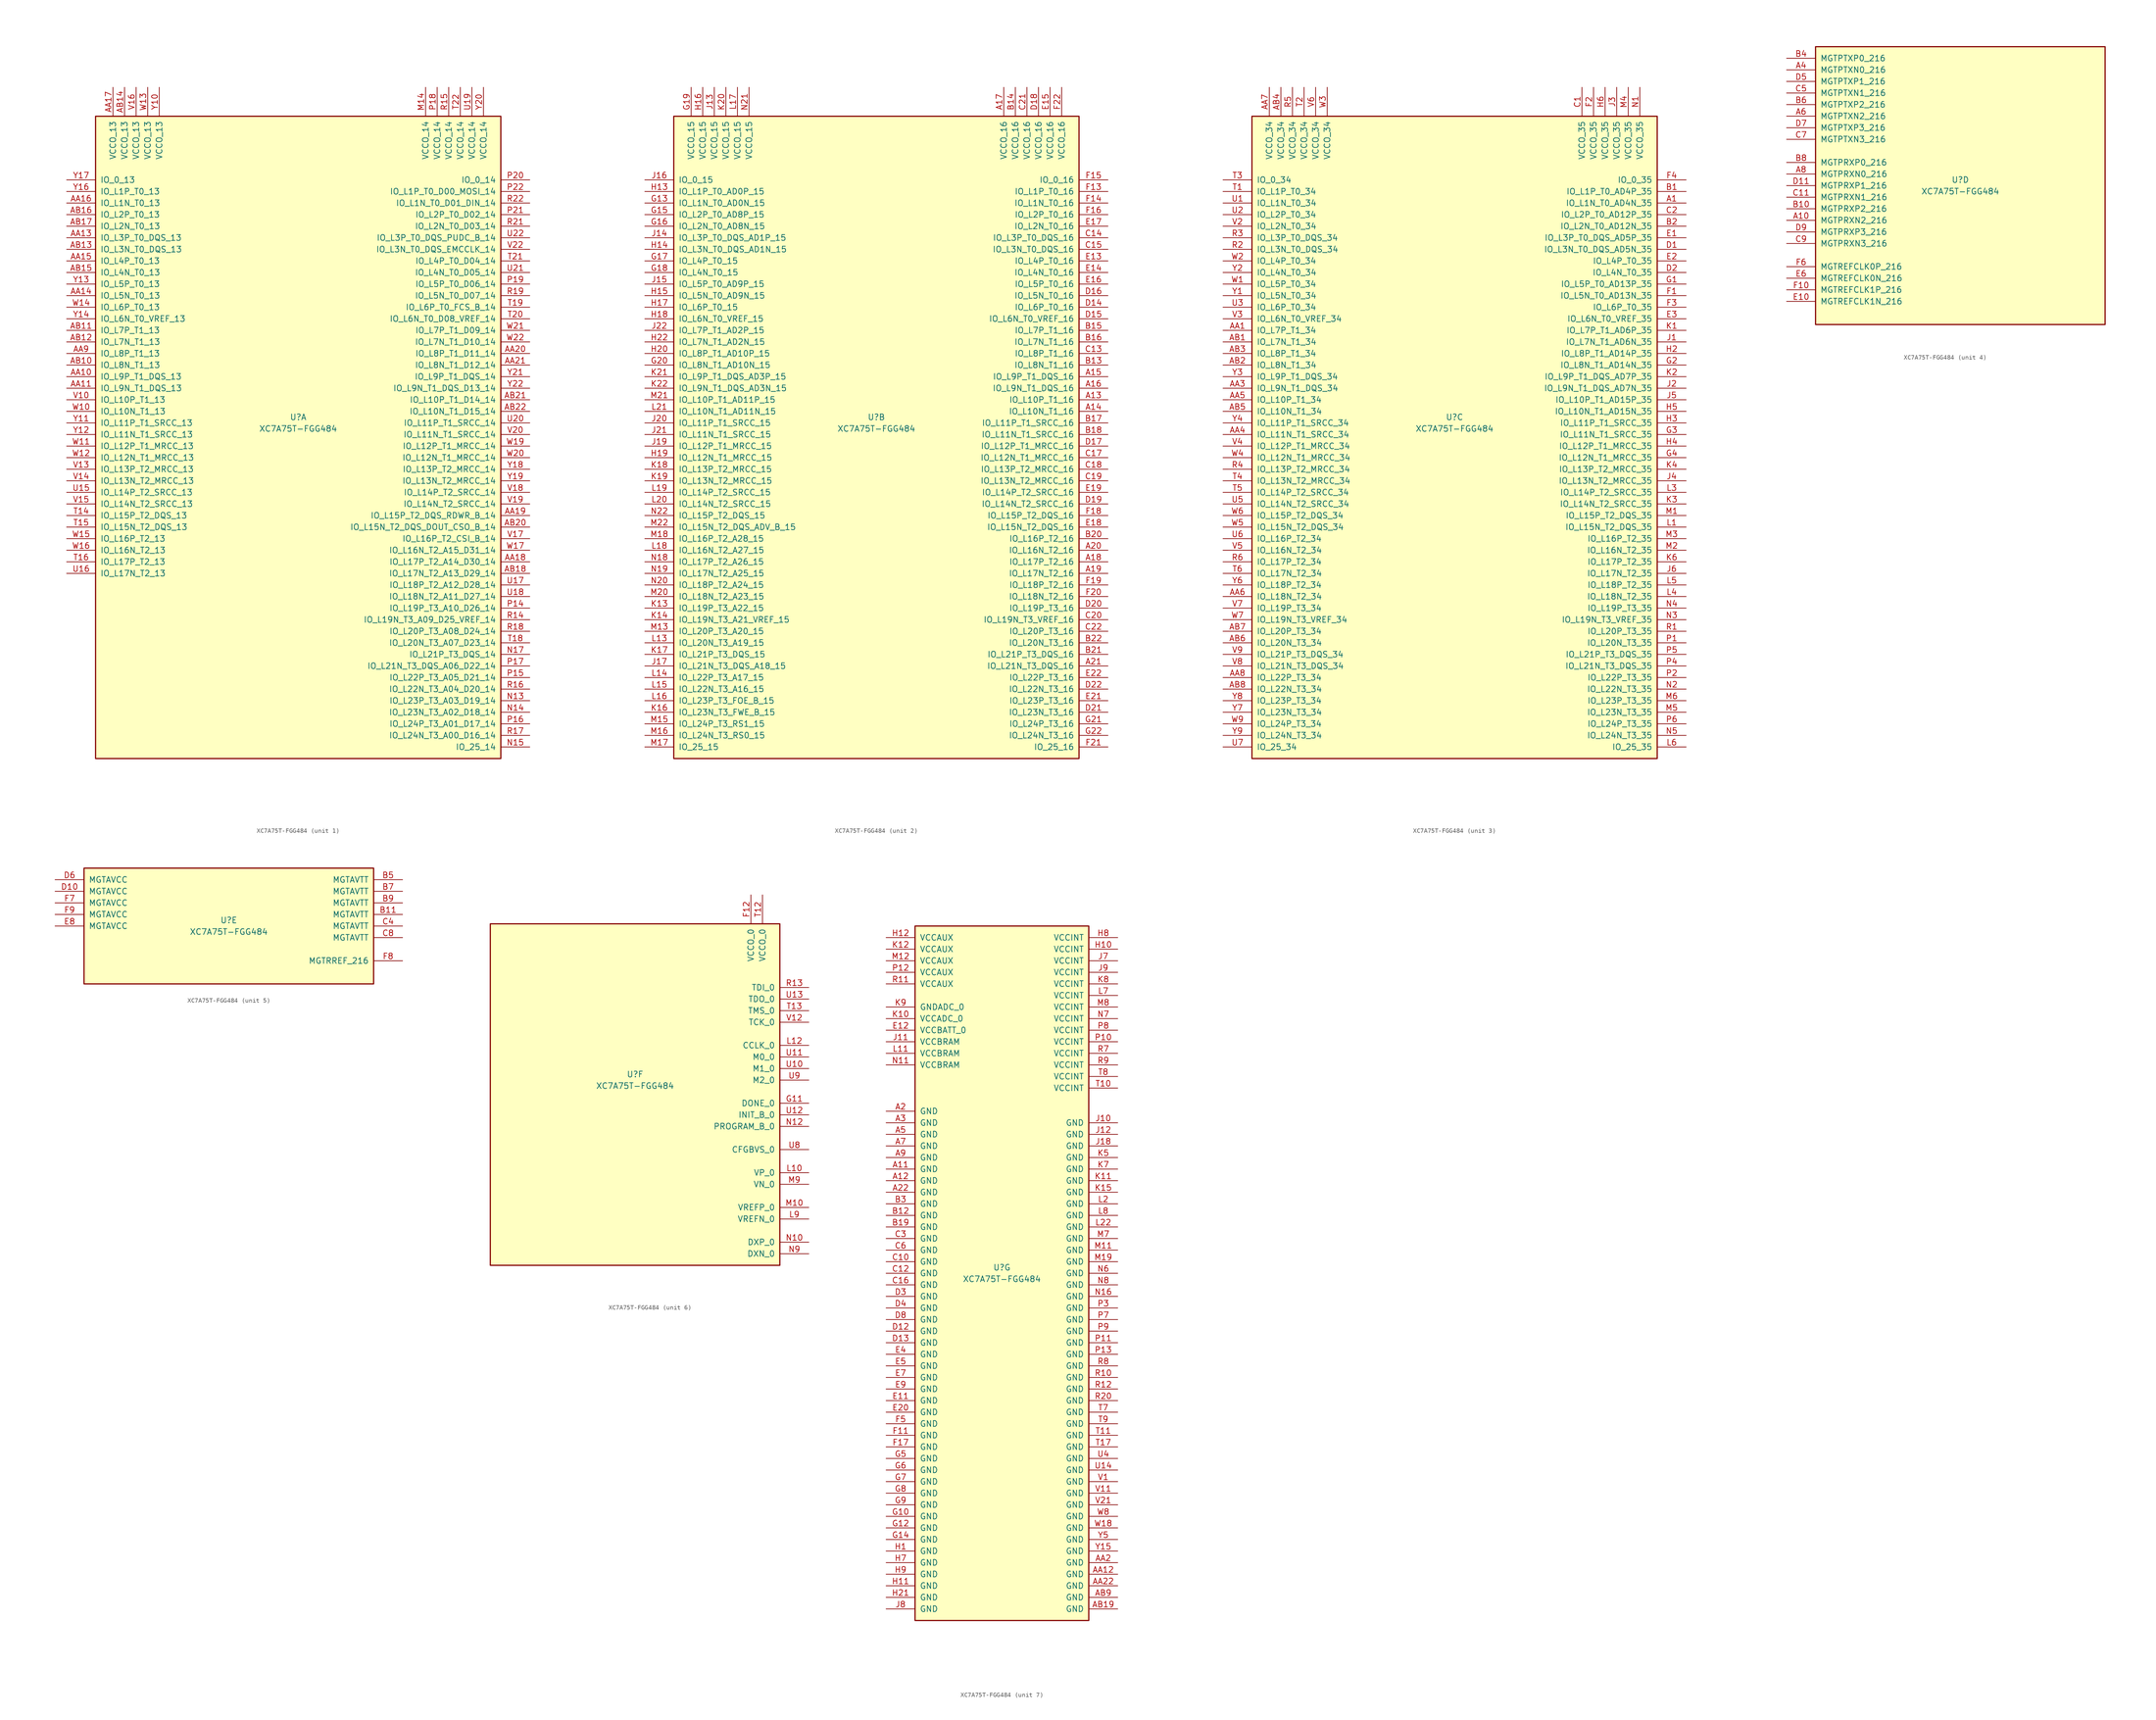
<source format=kicad_sym>
(kicad_symbol_lib
  (version 20241209)
  (generator "kicad_symbol_editor")
  (generator_version "9.0")
  (symbol "XC7A75T-FGG484"
    (pin_names
      (offset 1.016))
    (property "Reference" "U"
      (at 0 1.27 0)
      (effects (font (size 1.27 1.27))))
    (property "Value" "XC7A75T-FGG484"
      (at 0 -1.27 0)
      (effects (font (size 1.27 1.27))))
    (property "Datasheet" ""
      (at 0 0 0)
      (effects (font (size 1.27 1.27))))
    (property "ki_locked" ""
      (at 0 0 0)
      (effects (font (size 1.27 1.27))))
    (symbol "XC7A75T-FGG484_1_1"
      (rectangle (start -44.45 67.31) (end 44.45 -73.66) (stroke (width 0.254) (type default)) (fill (type background)))
      (pin bidirectional line (at -50.8 53.34 0) (length 6.35) (name "IO_0_13" (effects (font (size 1.27 1.27)))) (number "Y17" (effects (font (size 1.27 1.27)))))
      (pin bidirectional line (at -50.8 50.8 0) (length 6.35) (name "IO_L1P_T0_13" (effects (font (size 1.27 1.27)))) (number "Y16" (effects (font (size 1.27 1.27)))))
      (pin bidirectional line (at -50.8 48.26 0) (length 6.35) (name "IO_L1N_T0_13" (effects (font (size 1.27 1.27)))) (number "AA16" (effects (font (size 1.27 1.27)))))
      (pin bidirectional line (at -50.8 45.72 0) (length 6.35) (name "IO_L2P_T0_13" (effects (font (size 1.27 1.27)))) (number "AB16" (effects (font (size 1.27 1.27)))))
      (pin bidirectional line (at -50.8 43.18 0) (length 6.35) (name "IO_L2N_T0_13" (effects (font (size 1.27 1.27)))) (number "AB17" (effects (font (size 1.27 1.27)))))
      (pin bidirectional line (at -50.8 40.64 0) (length 6.35) (name "IO_L3P_T0_DQS_13" (effects (font (size 1.27 1.27)))) (number "AA13" (effects (font (size 1.27 1.27)))))
      (pin bidirectional line (at -50.8 38.1 0) (length 6.35) (name "IO_L3N_T0_DQS_13" (effects (font (size 1.27 1.27)))) (number "AB13" (effects (font (size 1.27 1.27)))))
      (pin bidirectional line (at -50.8 35.56 0) (length 6.35) (name "IO_L4P_T0_13" (effects (font (size 1.27 1.27)))) (number "AA15" (effects (font (size 1.27 1.27)))))
      (pin bidirectional line (at -50.8 33.02 0) (length 6.35) (name "IO_L4N_T0_13" (effects (font (size 1.27 1.27)))) (number "AB15" (effects (font (size 1.27 1.27)))))
      (pin bidirectional line (at -50.8 30.48 0) (length 6.35) (name "IO_L5P_T0_13" (effects (font (size 1.27 1.27)))) (number "Y13" (effects (font (size 1.27 1.27)))))
      (pin bidirectional line (at -50.8 27.94 0) (length 6.35) (name "IO_L5N_T0_13" (effects (font (size 1.27 1.27)))) (number "AA14" (effects (font (size 1.27 1.27)))))
      (pin bidirectional line (at -50.8 25.4 0) (length 6.35) (name "IO_L6P_T0_13" (effects (font (size 1.27 1.27)))) (number "W14" (effects (font (size 1.27 1.27)))))
      (pin bidirectional line (at -50.8 22.86 0) (length 6.35) (name "IO_L6N_T0_VREF_13" (effects (font (size 1.27 1.27)))) (number "Y14" (effects (font (size 1.27 1.27)))))
      (pin bidirectional line (at -50.8 20.32 0) (length 6.35) (name "IO_L7P_T1_13" (effects (font (size 1.27 1.27)))) (number "AB11" (effects (font (size 1.27 1.27)))))
      (pin bidirectional line (at -50.8 17.78 0) (length 6.35) (name "IO_L7N_T1_13" (effects (font (size 1.27 1.27)))) (number "AB12" (effects (font (size 1.27 1.27)))))
      (pin bidirectional line (at -50.8 15.24 0) (length 6.35) (name "IO_L8P_T1_13" (effects (font (size 1.27 1.27)))) (number "AA9" (effects (font (size 1.27 1.27)))))
      (pin bidirectional line (at -50.8 12.7 0) (length 6.35) (name "IO_L8N_T1_13" (effects (font (size 1.27 1.27)))) (number "AB10" (effects (font (size 1.27 1.27)))))
      (pin bidirectional line (at -50.8 10.16 0) (length 6.35) (name "IO_L9P_T1_DQS_13" (effects (font (size 1.27 1.27)))) (number "AA10" (effects (font (size 1.27 1.27)))))
      (pin bidirectional line (at -50.8 7.62 0) (length 6.35) (name "IO_L9N_T1_DQS_13" (effects (font (size 1.27 1.27)))) (number "AA11" (effects (font (size 1.27 1.27)))))
      (pin bidirectional line (at -50.8 5.08 0) (length 6.35) (name "IO_L10P_T1_13" (effects (font (size 1.27 1.27)))) (number "V10" (effects (font (size 1.27 1.27)))))
      (pin bidirectional line (at -50.8 2.54 0) (length 6.35) (name "IO_L10N_T1_13" (effects (font (size 1.27 1.27)))) (number "W10" (effects (font (size 1.27 1.27)))))
      (pin bidirectional line (at -50.8 0 0) (length 6.35) (name "IO_L11P_T1_SRCC_13" (effects (font (size 1.27 1.27)))) (number "Y11" (effects (font (size 1.27 1.27)))))
      (pin bidirectional line (at -50.8 -2.54 0) (length 6.35) (name "IO_L11N_T1_SRCC_13" (effects (font (size 1.27 1.27)))) (number "Y12" (effects (font (size 1.27 1.27)))))
      (pin bidirectional line (at -50.8 -5.08 0) (length 6.35) (name "IO_L12P_T1_MRCC_13" (effects (font (size 1.27 1.27)))) (number "W11" (effects (font (size 1.27 1.27)))))
      (pin bidirectional line (at -50.8 -7.62 0) (length 6.35) (name "IO_L12N_T1_MRCC_13" (effects (font (size 1.27 1.27)))) (number "W12" (effects (font (size 1.27 1.27)))))
      (pin bidirectional line (at -50.8 -10.16 0) (length 6.35) (name "IO_L13P_T2_MRCC_13" (effects (font (size 1.27 1.27)))) (number "V13" (effects (font (size 1.27 1.27)))))
      (pin bidirectional line (at -50.8 -12.7 0) (length 6.35) (name "IO_L13N_T2_MRCC_13" (effects (font (size 1.27 1.27)))) (number "V14" (effects (font (size 1.27 1.27)))))
      (pin bidirectional line (at -50.8 -15.24 0) (length 6.35) (name "IO_L14P_T2_SRCC_13" (effects (font (size 1.27 1.27)))) (number "U15" (effects (font (size 1.27 1.27)))))
      (pin bidirectional line (at -50.8 -17.78 0) (length 6.35) (name "IO_L14N_T2_SRCC_13" (effects (font (size 1.27 1.27)))) (number "V15" (effects (font (size 1.27 1.27)))))
      (pin bidirectional line (at -50.8 -20.32 0) (length 6.35) (name "IO_L15P_T2_DQS_13" (effects (font (size 1.27 1.27)))) (number "T14" (effects (font (size 1.27 1.27)))))
      (pin bidirectional line (at -50.8 -22.86 0) (length 6.35) (name "IO_L15N_T2_DQS_13" (effects (font (size 1.27 1.27)))) (number "T15" (effects (font (size 1.27 1.27)))))
      (pin bidirectional line (at -50.8 -25.4 0) (length 6.35) (name "IO_L16P_T2_13" (effects (font (size 1.27 1.27)))) (number "W15" (effects (font (size 1.27 1.27)))))
      (pin bidirectional line (at -50.8 -27.94 0) (length 6.35) (name "IO_L16N_T2_13" (effects (font (size 1.27 1.27)))) (number "W16" (effects (font (size 1.27 1.27)))))
      (pin bidirectional line (at -50.8 -30.48 0) (length 6.35) (name "IO_L17P_T2_13" (effects (font (size 1.27 1.27)))) (number "T16" (effects (font (size 1.27 1.27)))))
      (pin bidirectional line (at -50.8 -33.02 0) (length 6.35) (name "IO_L17N_T2_13" (effects (font (size 1.27 1.27)))) (number "U16" (effects (font (size 1.27 1.27)))))
      (pin power_in line (at -40.64 73.66 270) (length 6.35) (name "VCCO_13" (effects (font (size 1.27 1.27)))) (number "AA17" (effects (font (size 1.27 1.27)))))
      (pin power_in line (at -38.1 73.66 270) (length 6.35) (name "VCCO_13" (effects (font (size 1.27 1.27)))) (number "AB14" (effects (font (size 1.27 1.27)))))
      (pin power_in line (at -35.56 73.66 270) (length 6.35) (name "VCCO_13" (effects (font (size 1.27 1.27)))) (number "V16" (effects (font (size 1.27 1.27)))))
      (pin power_in line (at -33.02 73.66 270) (length 6.35) (name "VCCO_13" (effects (font (size 1.27 1.27)))) (number "W13" (effects (font (size 1.27 1.27)))))
      (pin power_in line (at -30.48 73.66 270) (length 6.35) (name "VCCO_13" (effects (font (size 1.27 1.27)))) (number "Y10" (effects (font (size 1.27 1.27)))))
      (pin power_in line (at 27.94 73.66 270) (length 6.35) (name "VCCO_14" (effects (font (size 1.27 1.27)))) (number "M14" (effects (font (size 1.27 1.27)))))
      (pin power_in line (at 30.48 73.66 270) (length 6.35) (name "VCCO_14" (effects (font (size 1.27 1.27)))) (number "P18" (effects (font (size 1.27 1.27)))))
      (pin power_in line (at 33.02 73.66 270) (length 6.35) (name "VCCO_14" (effects (font (size 1.27 1.27)))) (number "R15" (effects (font (size 1.27 1.27)))))
      (pin power_in line (at 35.56 73.66 270) (length 6.35) (name "VCCO_14" (effects (font (size 1.27 1.27)))) (number "T22" (effects (font (size 1.27 1.27)))))
      (pin power_in line (at 38.1 73.66 270) (length 6.35) (name "VCCO_14" (effects (font (size 1.27 1.27)))) (number "U19" (effects (font (size 1.27 1.27)))))
      (pin power_in line (at 40.64 73.66 270) (length 6.35) (name "VCCO_14" (effects (font (size 1.27 1.27)))) (number "Y20" (effects (font (size 1.27 1.27)))))
      (pin bidirectional line (at 50.8 53.34 180) (length 6.35) (name "IO_0_14" (effects (font (size 1.27 1.27)))) (number "P20" (effects (font (size 1.27 1.27)))))
      (pin bidirectional line (at 50.8 50.8 180) (length 6.35) (name "IO_L1P_T0_D00_MOSI_14" (effects (font (size 1.27 1.27)))) (number "P22" (effects (font (size 1.27 1.27)))))
      (pin bidirectional line (at 50.8 48.26 180) (length 6.35) (name "IO_L1N_T0_D01_DIN_14" (effects (font (size 1.27 1.27)))) (number "R22" (effects (font (size 1.27 1.27)))))
      (pin bidirectional line (at 50.8 45.72 180) (length 6.35) (name "IO_L2P_T0_D02_14" (effects (font (size 1.27 1.27)))) (number "P21" (effects (font (size 1.27 1.27)))))
      (pin bidirectional line (at 50.8 43.18 180) (length 6.35) (name "IO_L2N_T0_D03_14" (effects (font (size 1.27 1.27)))) (number "R21" (effects (font (size 1.27 1.27)))))
      (pin bidirectional line (at 50.8 40.64 180) (length 6.35) (name "IO_L3P_T0_DQS_PUDC_B_14" (effects (font (size 1.27 1.27)))) (number "U22" (effects (font (size 1.27 1.27)))))
      (pin bidirectional line (at 50.8 38.1 180) (length 6.35) (name "IO_L3N_T0_DQS_EMCCLK_14" (effects (font (size 1.27 1.27)))) (number "V22" (effects (font (size 1.27 1.27)))))
      (pin bidirectional line (at 50.8 35.56 180) (length 6.35) (name "IO_L4P_T0_D04_14" (effects (font (size 1.27 1.27)))) (number "T21" (effects (font (size 1.27 1.27)))))
      (pin bidirectional line (at 50.8 33.02 180) (length 6.35) (name "IO_L4N_T0_D05_14" (effects (font (size 1.27 1.27)))) (number "U21" (effects (font (size 1.27 1.27)))))
      (pin bidirectional line (at 50.8 30.48 180) (length 6.35) (name "IO_L5P_T0_D06_14" (effects (font (size 1.27 1.27)))) (number "P19" (effects (font (size 1.27 1.27)))))
      (pin bidirectional line (at 50.8 27.94 180) (length 6.35) (name "IO_L5N_T0_D07_14" (effects (font (size 1.27 1.27)))) (number "R19" (effects (font (size 1.27 1.27)))))
      (pin bidirectional line (at 50.8 25.4 180) (length 6.35) (name "IO_L6P_T0_FCS_B_14" (effects (font (size 1.27 1.27)))) (number "T19" (effects (font (size 1.27 1.27)))))
      (pin bidirectional line (at 50.8 22.86 180) (length 6.35) (name "IO_L6N_T0_D08_VREF_14" (effects (font (size 1.27 1.27)))) (number "T20" (effects (font (size 1.27 1.27)))))
      (pin bidirectional line (at 50.8 20.32 180) (length 6.35) (name "IO_L7P_T1_D09_14" (effects (font (size 1.27 1.27)))) (number "W21" (effects (font (size 1.27 1.27)))))
      (pin bidirectional line (at 50.8 17.78 180) (length 6.35) (name "IO_L7N_T1_D10_14" (effects (font (size 1.27 1.27)))) (number "W22" (effects (font (size 1.27 1.27)))))
      (pin bidirectional line (at 50.8 15.24 180) (length 6.35) (name "IO_L8P_T1_D11_14" (effects (font (size 1.27 1.27)))) (number "AA20" (effects (font (size 1.27 1.27)))))
      (pin bidirectional line (at 50.8 12.7 180) (length 6.35) (name "IO_L8N_T1_D12_14" (effects (font (size 1.27 1.27)))) (number "AA21" (effects (font (size 1.27 1.27)))))
      (pin bidirectional line (at 50.8 10.16 180) (length 6.35) (name "IO_L9P_T1_DQS_14" (effects (font (size 1.27 1.27)))) (number "Y21" (effects (font (size 1.27 1.27)))))
      (pin bidirectional line (at 50.8 7.62 180) (length 6.35) (name "IO_L9N_T1_DQS_D13_14" (effects (font (size 1.27 1.27)))) (number "Y22" (effects (font (size 1.27 1.27)))))
      (pin bidirectional line (at 50.8 5.08 180) (length 6.35) (name "IO_L10P_T1_D14_14" (effects (font (size 1.27 1.27)))) (number "AB21" (effects (font (size 1.27 1.27)))))
      (pin bidirectional line (at 50.8 2.54 180) (length 6.35) (name "IO_L10N_T1_D15_14" (effects (font (size 1.27 1.27)))) (number "AB22" (effects (font (size 1.27 1.27)))))
      (pin bidirectional line (at 50.8 0 180) (length 6.35) (name "IO_L11P_T1_SRCC_14" (effects (font (size 1.27 1.27)))) (number "U20" (effects (font (size 1.27 1.27)))))
      (pin bidirectional line (at 50.8 -2.54 180) (length 6.35) (name "IO_L11N_T1_SRCC_14" (effects (font (size 1.27 1.27)))) (number "V20" (effects (font (size 1.27 1.27)))))
      (pin bidirectional line (at 50.8 -5.08 180) (length 6.35) (name "IO_L12P_T1_MRCC_14" (effects (font (size 1.27 1.27)))) (number "W19" (effects (font (size 1.27 1.27)))))
      (pin bidirectional line (at 50.8 -7.62 180) (length 6.35) (name "IO_L12N_T1_MRCC_14" (effects (font (size 1.27 1.27)))) (number "W20" (effects (font (size 1.27 1.27)))))
      (pin bidirectional line (at 50.8 -10.16 180) (length 6.35) (name "IO_L13P_T2_MRCC_14" (effects (font (size 1.27 1.27)))) (number "Y18" (effects (font (size 1.27 1.27)))))
      (pin bidirectional line (at 50.8 -12.7 180) (length 6.35) (name "IO_L13N_T2_MRCC_14" (effects (font (size 1.27 1.27)))) (number "Y19" (effects (font (size 1.27 1.27)))))
      (pin bidirectional line (at 50.8 -15.24 180) (length 6.35) (name "IO_L14P_T2_SRCC_14" (effects (font (size 1.27 1.27)))) (number "V18" (effects (font (size 1.27 1.27)))))
      (pin bidirectional line (at 50.8 -17.78 180) (length 6.35) (name "IO_L14N_T2_SRCC_14" (effects (font (size 1.27 1.27)))) (number "V19" (effects (font (size 1.27 1.27)))))
      (pin bidirectional line (at 50.8 -20.32 180) (length 6.35) (name "IO_L15P_T2_DQS_RDWR_B_14" (effects (font (size 1.27 1.27)))) (number "AA19" (effects (font (size 1.27 1.27)))))
      (pin bidirectional line (at 50.8 -22.86 180) (length 6.35) (name "IO_L15N_T2_DQS_DOUT_CSO_B_14" (effects (font (size 1.27 1.27)))) (number "AB20" (effects (font (size 1.27 1.27)))))
      (pin bidirectional line (at 50.8 -25.4 180) (length 6.35) (name "IO_L16P_T2_CSI_B_14" (effects (font (size 1.27 1.27)))) (number "V17" (effects (font (size 1.27 1.27)))))
      (pin bidirectional line (at 50.8 -27.94 180) (length 6.35) (name "IO_L16N_T2_A15_D31_14" (effects (font (size 1.27 1.27)))) (number "W17" (effects (font (size 1.27 1.27)))))
      (pin bidirectional line (at 50.8 -30.48 180) (length 6.35) (name "IO_L17P_T2_A14_D30_14" (effects (font (size 1.27 1.27)))) (number "AA18" (effects (font (size 1.27 1.27)))))
      (pin bidirectional line (at 50.8 -33.02 180) (length 6.35) (name "IO_L17N_T2_A13_D29_14" (effects (font (size 1.27 1.27)))) (number "AB18" (effects (font (size 1.27 1.27)))))
      (pin bidirectional line (at 50.8 -35.56 180) (length 6.35) (name "IO_L18P_T2_A12_D28_14" (effects (font (size 1.27 1.27)))) (number "U17" (effects (font (size 1.27 1.27)))))
      (pin bidirectional line (at 50.8 -38.1 180) (length 6.35) (name "IO_L18N_T2_A11_D27_14" (effects (font (size 1.27 1.27)))) (number "U18" (effects (font (size 1.27 1.27)))))
      (pin bidirectional line (at 50.8 -40.64 180) (length 6.35) (name "IO_L19P_T3_A10_D26_14" (effects (font (size 1.27 1.27)))) (number "P14" (effects (font (size 1.27 1.27)))))
      (pin bidirectional line (at 50.8 -43.18 180) (length 6.35) (name "IO_L19N_T3_A09_D25_VREF_14" (effects (font (size 1.27 1.27)))) (number "R14" (effects (font (size 1.27 1.27)))))
      (pin bidirectional line (at 50.8 -45.72 180) (length 6.35) (name "IO_L20P_T3_A08_D24_14" (effects (font (size 1.27 1.27)))) (number "R18" (effects (font (size 1.27 1.27)))))
      (pin bidirectional line (at 50.8 -48.26 180) (length 6.35) (name "IO_L20N_T3_A07_D23_14" (effects (font (size 1.27 1.27)))) (number "T18" (effects (font (size 1.27 1.27)))))
      (pin bidirectional line (at 50.8 -50.8 180) (length 6.35) (name "IO_L21P_T3_DQS_14" (effects (font (size 1.27 1.27)))) (number "N17" (effects (font (size 1.27 1.27)))))
      (pin bidirectional line (at 50.8 -53.34 180) (length 6.35) (name "IO_L21N_T3_DQS_A06_D22_14" (effects (font (size 1.27 1.27)))) (number "P17" (effects (font (size 1.27 1.27)))))
      (pin bidirectional line (at 50.8 -55.88 180) (length 6.35) (name "IO_L22P_T3_A05_D21_14" (effects (font (size 1.27 1.27)))) (number "P15" (effects (font (size 1.27 1.27)))))
      (pin bidirectional line (at 50.8 -58.42 180) (length 6.35) (name "IO_L22N_T3_A04_D20_14" (effects (font (size 1.27 1.27)))) (number "R16" (effects (font (size 1.27 1.27)))))
      (pin bidirectional line (at 50.8 -60.96 180) (length 6.35) (name "IO_L23P_T3_A03_D19_14" (effects (font (size 1.27 1.27)))) (number "N13" (effects (font (size 1.27 1.27)))))
      (pin bidirectional line (at 50.8 -63.5 180) (length 6.35) (name "IO_L23N_T3_A02_D18_14" (effects (font (size 1.27 1.27)))) (number "N14" (effects (font (size 1.27 1.27)))))
      (pin bidirectional line (at 50.8 -66.04 180) (length 6.35) (name "IO_L24P_T3_A01_D17_14" (effects (font (size 1.27 1.27)))) (number "P16" (effects (font (size 1.27 1.27)))))
      (pin bidirectional line (at 50.8 -68.58 180) (length 6.35) (name "IO_L24N_T3_A00_D16_14" (effects (font (size 1.27 1.27)))) (number "R17" (effects (font (size 1.27 1.27)))))
      (pin bidirectional line (at 50.8 -71.12 180) (length 6.35) (name "IO_25_14" (effects (font (size 1.27 1.27)))) (number "N15" (effects (font (size 1.27 1.27))))))
    (symbol "XC7A75T-FGG484_2_1"
      (rectangle (start -44.45 67.31) (end 44.45 -73.66) (stroke (width 0.254) (type default)) (fill (type background)))
      (pin bidirectional line (at -50.8 53.34 0) (length 6.35) (name "IO_0_15" (effects (font (size 1.27 1.27)))) (number "J16" (effects (font (size 1.27 1.27)))))
      (pin bidirectional line (at -50.8 50.8 0) (length 6.35) (name "IO_L1P_T0_AD0P_15" (effects (font (size 1.27 1.27)))) (number "H13" (effects (font (size 1.27 1.27)))))
      (pin bidirectional line (at -50.8 48.26 0) (length 6.35) (name "IO_L1N_T0_AD0N_15" (effects (font (size 1.27 1.27)))) (number "G13" (effects (font (size 1.27 1.27)))))
      (pin bidirectional line (at -50.8 45.72 0) (length 6.35) (name "IO_L2P_T0_AD8P_15" (effects (font (size 1.27 1.27)))) (number "G15" (effects (font (size 1.27 1.27)))))
      (pin bidirectional line (at -50.8 43.18 0) (length 6.35) (name "IO_L2N_T0_AD8N_15" (effects (font (size 1.27 1.27)))) (number "G16" (effects (font (size 1.27 1.27)))))
      (pin bidirectional line (at -50.8 40.64 0) (length 6.35) (name "IO_L3P_T0_DQS_AD1P_15" (effects (font (size 1.27 1.27)))) (number "J14" (effects (font (size 1.27 1.27)))))
      (pin bidirectional line (at -50.8 38.1 0) (length 6.35) (name "IO_L3N_T0_DQS_AD1N_15" (effects (font (size 1.27 1.27)))) (number "H14" (effects (font (size 1.27 1.27)))))
      (pin bidirectional line (at -50.8 35.56 0) (length 6.35) (name "IO_L4P_T0_15" (effects (font (size 1.27 1.27)))) (number "G17" (effects (font (size 1.27 1.27)))))
      (pin bidirectional line (at -50.8 33.02 0) (length 6.35) (name "IO_L4N_T0_15" (effects (font (size 1.27 1.27)))) (number "G18" (effects (font (size 1.27 1.27)))))
      (pin bidirectional line (at -50.8 30.48 0) (length 6.35) (name "IO_L5P_T0_AD9P_15" (effects (font (size 1.27 1.27)))) (number "J15" (effects (font (size 1.27 1.27)))))
      (pin bidirectional line (at -50.8 27.94 0) (length 6.35) (name "IO_L5N_T0_AD9N_15" (effects (font (size 1.27 1.27)))) (number "H15" (effects (font (size 1.27 1.27)))))
      (pin bidirectional line (at -50.8 25.4 0) (length 6.35) (name "IO_L6P_T0_15" (effects (font (size 1.27 1.27)))) (number "H17" (effects (font (size 1.27 1.27)))))
      (pin bidirectional line (at -50.8 22.86 0) (length 6.35) (name "IO_L6N_T0_VREF_15" (effects (font (size 1.27 1.27)))) (number "H18" (effects (font (size 1.27 1.27)))))
      (pin bidirectional line (at -50.8 20.32 0) (length 6.35) (name "IO_L7P_T1_AD2P_15" (effects (font (size 1.27 1.27)))) (number "J22" (effects (font (size 1.27 1.27)))))
      (pin bidirectional line (at -50.8 17.78 0) (length 6.35) (name "IO_L7N_T1_AD2N_15" (effects (font (size 1.27 1.27)))) (number "H22" (effects (font (size 1.27 1.27)))))
      (pin bidirectional line (at -50.8 15.24 0) (length 6.35) (name "IO_L8P_T1_AD10P_15" (effects (font (size 1.27 1.27)))) (number "H20" (effects (font (size 1.27 1.27)))))
      (pin bidirectional line (at -50.8 12.7 0) (length 6.35) (name "IO_L8N_T1_AD10N_15" (effects (font (size 1.27 1.27)))) (number "G20" (effects (font (size 1.27 1.27)))))
      (pin bidirectional line (at -50.8 10.16 0) (length 6.35) (name "IO_L9P_T1_DQS_AD3P_15" (effects (font (size 1.27 1.27)))) (number "K21" (effects (font (size 1.27 1.27)))))
      (pin bidirectional line (at -50.8 7.62 0) (length 6.35) (name "IO_L9N_T1_DQS_AD3N_15" (effects (font (size 1.27 1.27)))) (number "K22" (effects (font (size 1.27 1.27)))))
      (pin bidirectional line (at -50.8 5.08 0) (length 6.35) (name "IO_L10P_T1_AD11P_15" (effects (font (size 1.27 1.27)))) (number "M21" (effects (font (size 1.27 1.27)))))
      (pin bidirectional line (at -50.8 2.54 0) (length 6.35) (name "IO_L10N_T1_AD11N_15" (effects (font (size 1.27 1.27)))) (number "L21" (effects (font (size 1.27 1.27)))))
      (pin bidirectional line (at -50.8 0 0) (length 6.35) (name "IO_L11P_T1_SRCC_15" (effects (font (size 1.27 1.27)))) (number "J20" (effects (font (size 1.27 1.27)))))
      (pin bidirectional line (at -50.8 -2.54 0) (length 6.35) (name "IO_L11N_T1_SRCC_15" (effects (font (size 1.27 1.27)))) (number "J21" (effects (font (size 1.27 1.27)))))
      (pin bidirectional line (at -50.8 -5.08 0) (length 6.35) (name "IO_L12P_T1_MRCC_15" (effects (font (size 1.27 1.27)))) (number "J19" (effects (font (size 1.27 1.27)))))
      (pin bidirectional line (at -50.8 -7.62 0) (length 6.35) (name "IO_L12N_T1_MRCC_15" (effects (font (size 1.27 1.27)))) (number "H19" (effects (font (size 1.27 1.27)))))
      (pin bidirectional line (at -50.8 -10.16 0) (length 6.35) (name "IO_L13P_T2_MRCC_15" (effects (font (size 1.27 1.27)))) (number "K18" (effects (font (size 1.27 1.27)))))
      (pin bidirectional line (at -50.8 -12.7 0) (length 6.35) (name "IO_L13N_T2_MRCC_15" (effects (font (size 1.27 1.27)))) (number "K19" (effects (font (size 1.27 1.27)))))
      (pin bidirectional line (at -50.8 -15.24 0) (length 6.35) (name "IO_L14P_T2_SRCC_15" (effects (font (size 1.27 1.27)))) (number "L19" (effects (font (size 1.27 1.27)))))
      (pin bidirectional line (at -50.8 -17.78 0) (length 6.35) (name "IO_L14N_T2_SRCC_15" (effects (font (size 1.27 1.27)))) (number "L20" (effects (font (size 1.27 1.27)))))
      (pin bidirectional line (at -50.8 -20.32 0) (length 6.35) (name "IO_L15P_T2_DQS_15" (effects (font (size 1.27 1.27)))) (number "N22" (effects (font (size 1.27 1.27)))))
      (pin bidirectional line (at -50.8 -22.86 0) (length 6.35) (name "IO_L15N_T2_DQS_ADV_B_15" (effects (font (size 1.27 1.27)))) (number "M22" (effects (font (size 1.27 1.27)))))
      (pin bidirectional line (at -50.8 -25.4 0) (length 6.35) (name "IO_L16P_T2_A28_15" (effects (font (size 1.27 1.27)))) (number "M18" (effects (font (size 1.27 1.27)))))
      (pin bidirectional line (at -50.8 -27.94 0) (length 6.35) (name "IO_L16N_T2_A27_15" (effects (font (size 1.27 1.27)))) (number "L18" (effects (font (size 1.27 1.27)))))
      (pin bidirectional line (at -50.8 -30.48 0) (length 6.35) (name "IO_L17P_T2_A26_15" (effects (font (size 1.27 1.27)))) (number "N18" (effects (font (size 1.27 1.27)))))
      (pin bidirectional line (at -50.8 -33.02 0) (length 6.35) (name "IO_L17N_T2_A25_15" (effects (font (size 1.27 1.27)))) (number "N19" (effects (font (size 1.27 1.27)))))
      (pin bidirectional line (at -50.8 -35.56 0) (length 6.35) (name "IO_L18P_T2_A24_15" (effects (font (size 1.27 1.27)))) (number "N20" (effects (font (size 1.27 1.27)))))
      (pin bidirectional line (at -50.8 -38.1 0) (length 6.35) (name "IO_L18N_T2_A23_15" (effects (font (size 1.27 1.27)))) (number "M20" (effects (font (size 1.27 1.27)))))
      (pin bidirectional line (at -50.8 -40.64 0) (length 6.35) (name "IO_L19P_T3_A22_15" (effects (font (size 1.27 1.27)))) (number "K13" (effects (font (size 1.27 1.27)))))
      (pin bidirectional line (at -50.8 -43.18 0) (length 6.35) (name "IO_L19N_T3_A21_VREF_15" (effects (font (size 1.27 1.27)))) (number "K14" (effects (font (size 1.27 1.27)))))
      (pin bidirectional line (at -50.8 -45.72 0) (length 6.35) (name "IO_L20P_T3_A20_15" (effects (font (size 1.27 1.27)))) (number "M13" (effects (font (size 1.27 1.27)))))
      (pin bidirectional line (at -50.8 -48.26 0) (length 6.35) (name "IO_L20N_T3_A19_15" (effects (font (size 1.27 1.27)))) (number "L13" (effects (font (size 1.27 1.27)))))
      (pin bidirectional line (at -50.8 -50.8 0) (length 6.35) (name "IO_L21P_T3_DQS_15" (effects (font (size 1.27 1.27)))) (number "K17" (effects (font (size 1.27 1.27)))))
      (pin bidirectional line (at -50.8 -53.34 0) (length 6.35) (name "IO_L21N_T3_DQS_A18_15" (effects (font (size 1.27 1.27)))) (number "J17" (effects (font (size 1.27 1.27)))))
      (pin bidirectional line (at -50.8 -55.88 0) (length 6.35) (name "IO_L22P_T3_A17_15" (effects (font (size 1.27 1.27)))) (number "L14" (effects (font (size 1.27 1.27)))))
      (pin bidirectional line (at -50.8 -58.42 0) (length 6.35) (name "IO_L22N_T3_A16_15" (effects (font (size 1.27 1.27)))) (number "L15" (effects (font (size 1.27 1.27)))))
      (pin bidirectional line (at -50.8 -60.96 0) (length 6.35) (name "IO_L23P_T3_FOE_B_15" (effects (font (size 1.27 1.27)))) (number "L16" (effects (font (size 1.27 1.27)))))
      (pin bidirectional line (at -50.8 -63.5 0) (length 6.35) (name "IO_L23N_T3_FWE_B_15" (effects (font (size 1.27 1.27)))) (number "K16" (effects (font (size 1.27 1.27)))))
      (pin bidirectional line (at -50.8 -66.04 0) (length 6.35) (name "IO_L24P_T3_RS1_15" (effects (font (size 1.27 1.27)))) (number "M15" (effects (font (size 1.27 1.27)))))
      (pin bidirectional line (at -50.8 -68.58 0) (length 6.35) (name "IO_L24N_T3_RS0_15" (effects (font (size 1.27 1.27)))) (number "M16" (effects (font (size 1.27 1.27)))))
      (pin bidirectional line (at -50.8 -71.12 0) (length 6.35) (name "IO_25_15" (effects (font (size 1.27 1.27)))) (number "M17" (effects (font (size 1.27 1.27)))))
      (pin power_in line (at -40.64 73.66 270) (length 6.35) (name "VCCO_15" (effects (font (size 1.27 1.27)))) (number "G19" (effects (font (size 1.27 1.27)))))
      (pin power_in line (at -38.1 73.66 270) (length 6.35) (name "VCCO_15" (effects (font (size 1.27 1.27)))) (number "H16" (effects (font (size 1.27 1.27)))))
      (pin power_in line (at -35.56 73.66 270) (length 6.35) (name "VCCO_15" (effects (font (size 1.27 1.27)))) (number "J13" (effects (font (size 1.27 1.27)))))
      (pin power_in line (at -33.02 73.66 270) (length 6.35) (name "VCCO_15" (effects (font (size 1.27 1.27)))) (number "K20" (effects (font (size 1.27 1.27)))))
      (pin power_in line (at -30.48 73.66 270) (length 6.35) (name "VCCO_15" (effects (font (size 1.27 1.27)))) (number "L17" (effects (font (size 1.27 1.27)))))
      (pin power_in line (at -27.94 73.66 270) (length 6.35) (name "VCCO_15" (effects (font (size 1.27 1.27)))) (number "N21" (effects (font (size 1.27 1.27)))))
      (pin power_in line (at 27.94 73.66 270) (length 6.35) (name "VCCO_16" (effects (font (size 1.27 1.27)))) (number "A17" (effects (font (size 1.27 1.27)))))
      (pin power_in line (at 30.48 73.66 270) (length 6.35) (name "VCCO_16" (effects (font (size 1.27 1.27)))) (number "B14" (effects (font (size 1.27 1.27)))))
      (pin power_in line (at 33.02 73.66 270) (length 6.35) (name "VCCO_16" (effects (font (size 1.27 1.27)))) (number "C21" (effects (font (size 1.27 1.27)))))
      (pin power_in line (at 35.56 73.66 270) (length 6.35) (name "VCCO_16" (effects (font (size 1.27 1.27)))) (number "D18" (effects (font (size 1.27 1.27)))))
      (pin power_in line (at 38.1 73.66 270) (length 6.35) (name "VCCO_16" (effects (font (size 1.27 1.27)))) (number "E15" (effects (font (size 1.27 1.27)))))
      (pin power_in line (at 40.64 73.66 270) (length 6.35) (name "VCCO_16" (effects (font (size 1.27 1.27)))) (number "F22" (effects (font (size 1.27 1.27)))))
      (pin bidirectional line (at 50.8 53.34 180) (length 6.35) (name "IO_0_16" (effects (font (size 1.27 1.27)))) (number "F15" (effects (font (size 1.27 1.27)))))
      (pin bidirectional line (at 50.8 50.8 180) (length 6.35) (name "IO_L1P_T0_16" (effects (font (size 1.27 1.27)))) (number "F13" (effects (font (size 1.27 1.27)))))
      (pin bidirectional line (at 50.8 48.26 180) (length 6.35) (name "IO_L1N_T0_16" (effects (font (size 1.27 1.27)))) (number "F14" (effects (font (size 1.27 1.27)))))
      (pin bidirectional line (at 50.8 45.72 180) (length 6.35) (name "IO_L2P_T0_16" (effects (font (size 1.27 1.27)))) (number "F16" (effects (font (size 1.27 1.27)))))
      (pin bidirectional line (at 50.8 43.18 180) (length 6.35) (name "IO_L2N_T0_16" (effects (font (size 1.27 1.27)))) (number "E17" (effects (font (size 1.27 1.27)))))
      (pin bidirectional line (at 50.8 40.64 180) (length 6.35) (name "IO_L3P_T0_DQS_16" (effects (font (size 1.27 1.27)))) (number "C14" (effects (font (size 1.27 1.27)))))
      (pin bidirectional line (at 50.8 38.1 180) (length 6.35) (name "IO_L3N_T0_DQS_16" (effects (font (size 1.27 1.27)))) (number "C15" (effects (font (size 1.27 1.27)))))
      (pin bidirectional line (at 50.8 35.56 180) (length 6.35) (name "IO_L4P_T0_16" (effects (font (size 1.27 1.27)))) (number "E13" (effects (font (size 1.27 1.27)))))
      (pin bidirectional line (at 50.8 33.02 180) (length 6.35) (name "IO_L4N_T0_16" (effects (font (size 1.27 1.27)))) (number "E14" (effects (font (size 1.27 1.27)))))
      (pin bidirectional line (at 50.8 30.48 180) (length 6.35) (name "IO_L5P_T0_16" (effects (font (size 1.27 1.27)))) (number "E16" (effects (font (size 1.27 1.27)))))
      (pin bidirectional line (at 50.8 27.94 180) (length 6.35) (name "IO_L5N_T0_16" (effects (font (size 1.27 1.27)))) (number "D16" (effects (font (size 1.27 1.27)))))
      (pin bidirectional line (at 50.8 25.4 180) (length 6.35) (name "IO_L6P_T0_16" (effects (font (size 1.27 1.27)))) (number "D14" (effects (font (size 1.27 1.27)))))
      (pin bidirectional line (at 50.8 22.86 180) (length 6.35) (name "IO_L6N_T0_VREF_16" (effects (font (size 1.27 1.27)))) (number "D15" (effects (font (size 1.27 1.27)))))
      (pin bidirectional line (at 50.8 20.32 180) (length 6.35) (name "IO_L7P_T1_16" (effects (font (size 1.27 1.27)))) (number "B15" (effects (font (size 1.27 1.27)))))
      (pin bidirectional line (at 50.8 17.78 180) (length 6.35) (name "IO_L7N_T1_16" (effects (font (size 1.27 1.27)))) (number "B16" (effects (font (size 1.27 1.27)))))
      (pin bidirectional line (at 50.8 15.24 180) (length 6.35) (name "IO_L8P_T1_16" (effects (font (size 1.27 1.27)))) (number "C13" (effects (font (size 1.27 1.27)))))
      (pin bidirectional line (at 50.8 12.7 180) (length 6.35) (name "IO_L8N_T1_16" (effects (font (size 1.27 1.27)))) (number "B13" (effects (font (size 1.27 1.27)))))
      (pin bidirectional line (at 50.8 10.16 180) (length 6.35) (name "IO_L9P_T1_DQS_16" (effects (font (size 1.27 1.27)))) (number "A15" (effects (font (size 1.27 1.27)))))
      (pin bidirectional line (at 50.8 7.62 180) (length 6.35) (name "IO_L9N_T1_DQS_16" (effects (font (size 1.27 1.27)))) (number "A16" (effects (font (size 1.27 1.27)))))
      (pin bidirectional line (at 50.8 5.08 180) (length 6.35) (name "IO_L10P_T1_16" (effects (font (size 1.27 1.27)))) (number "A13" (effects (font (size 1.27 1.27)))))
      (pin bidirectional line (at 50.8 2.54 180) (length 6.35) (name "IO_L10N_T1_16" (effects (font (size 1.27 1.27)))) (number "A14" (effects (font (size 1.27 1.27)))))
      (pin bidirectional line (at 50.8 0 180) (length 6.35) (name "IO_L11P_T1_SRCC_16" (effects (font (size 1.27 1.27)))) (number "B17" (effects (font (size 1.27 1.27)))))
      (pin bidirectional line (at 50.8 -2.54 180) (length 6.35) (name "IO_L11N_T1_SRCC_16" (effects (font (size 1.27 1.27)))) (number "B18" (effects (font (size 1.27 1.27)))))
      (pin bidirectional line (at 50.8 -5.08 180) (length 6.35) (name "IO_L12P_T1_MRCC_16" (effects (font (size 1.27 1.27)))) (number "D17" (effects (font (size 1.27 1.27)))))
      (pin bidirectional line (at 50.8 -7.62 180) (length 6.35) (name "IO_L12N_T1_MRCC_16" (effects (font (size 1.27 1.27)))) (number "C17" (effects (font (size 1.27 1.27)))))
      (pin bidirectional line (at 50.8 -10.16 180) (length 6.35) (name "IO_L13P_T2_MRCC_16" (effects (font (size 1.27 1.27)))) (number "C18" (effects (font (size 1.27 1.27)))))
      (pin bidirectional line (at 50.8 -12.7 180) (length 6.35) (name "IO_L13N_T2_MRCC_16" (effects (font (size 1.27 1.27)))) (number "C19" (effects (font (size 1.27 1.27)))))
      (pin bidirectional line (at 50.8 -15.24 180) (length 6.35) (name "IO_L14P_T2_SRCC_16" (effects (font (size 1.27 1.27)))) (number "E19" (effects (font (size 1.27 1.27)))))
      (pin bidirectional line (at 50.8 -17.78 180) (length 6.35) (name "IO_L14N_T2_SRCC_16" (effects (font (size 1.27 1.27)))) (number "D19" (effects (font (size 1.27 1.27)))))
      (pin bidirectional line (at 50.8 -20.32 180) (length 6.35) (name "IO_L15P_T2_DQS_16" (effects (font (size 1.27 1.27)))) (number "F18" (effects (font (size 1.27 1.27)))))
      (pin bidirectional line (at 50.8 -22.86 180) (length 6.35) (name "IO_L15N_T2_DQS_16" (effects (font (size 1.27 1.27)))) (number "E18" (effects (font (size 1.27 1.27)))))
      (pin bidirectional line (at 50.8 -25.4 180) (length 6.35) (name "IO_L16P_T2_16" (effects (font (size 1.27 1.27)))) (number "B20" (effects (font (size 1.27 1.27)))))
      (pin bidirectional line (at 50.8 -27.94 180) (length 6.35) (name "IO_L16N_T2_16" (effects (font (size 1.27 1.27)))) (number "A20" (effects (font (size 1.27 1.27)))))
      (pin bidirectional line (at 50.8 -30.48 180) (length 6.35) (name "IO_L17P_T2_16" (effects (font (size 1.27 1.27)))) (number "A18" (effects (font (size 1.27 1.27)))))
      (pin bidirectional line (at 50.8 -33.02 180) (length 6.35) (name "IO_L17N_T2_16" (effects (font (size 1.27 1.27)))) (number "A19" (effects (font (size 1.27 1.27)))))
      (pin bidirectional line (at 50.8 -35.56 180) (length 6.35) (name "IO_L18P_T2_16" (effects (font (size 1.27 1.27)))) (number "F19" (effects (font (size 1.27 1.27)))))
      (pin bidirectional line (at 50.8 -38.1 180) (length 6.35) (name "IO_L18N_T2_16" (effects (font (size 1.27 1.27)))) (number "F20" (effects (font (size 1.27 1.27)))))
      (pin bidirectional line (at 50.8 -40.64 180) (length 6.35) (name "IO_L19P_T3_16" (effects (font (size 1.27 1.27)))) (number "D20" (effects (font (size 1.27 1.27)))))
      (pin bidirectional line (at 50.8 -43.18 180) (length 6.35) (name "IO_L19N_T3_VREF_16" (effects (font (size 1.27 1.27)))) (number "C20" (effects (font (size 1.27 1.27)))))
      (pin bidirectional line (at 50.8 -45.72 180) (length 6.35) (name "IO_L20P_T3_16" (effects (font (size 1.27 1.27)))) (number "C22" (effects (font (size 1.27 1.27)))))
      (pin bidirectional line (at 50.8 -48.26 180) (length 6.35) (name "IO_L20N_T3_16" (effects (font (size 1.27 1.27)))) (number "B22" (effects (font (size 1.27 1.27)))))
      (pin bidirectional line (at 50.8 -50.8 180) (length 6.35) (name "IO_L21P_T3_DQS_16" (effects (font (size 1.27 1.27)))) (number "B21" (effects (font (size 1.27 1.27)))))
      (pin bidirectional line (at 50.8 -53.34 180) (length 6.35) (name "IO_L21N_T3_DQS_16" (effects (font (size 1.27 1.27)))) (number "A21" (effects (font (size 1.27 1.27)))))
      (pin bidirectional line (at 50.8 -55.88 180) (length 6.35) (name "IO_L22P_T3_16" (effects (font (size 1.27 1.27)))) (number "E22" (effects (font (size 1.27 1.27)))))
      (pin bidirectional line (at 50.8 -58.42 180) (length 6.35) (name "IO_L22N_T3_16" (effects (font (size 1.27 1.27)))) (number "D22" (effects (font (size 1.27 1.27)))))
      (pin bidirectional line (at 50.8 -60.96 180) (length 6.35) (name "IO_L23P_T3_16" (effects (font (size 1.27 1.27)))) (number "E21" (effects (font (size 1.27 1.27)))))
      (pin bidirectional line (at 50.8 -63.5 180) (length 6.35) (name "IO_L23N_T3_16" (effects (font (size 1.27 1.27)))) (number "D21" (effects (font (size 1.27 1.27)))))
      (pin bidirectional line (at 50.8 -66.04 180) (length 6.35) (name "IO_L24P_T3_16" (effects (font (size 1.27 1.27)))) (number "G21" (effects (font (size 1.27 1.27)))))
      (pin bidirectional line (at 50.8 -68.58 180) (length 6.35) (name "IO_L24N_T3_16" (effects (font (size 1.27 1.27)))) (number "G22" (effects (font (size 1.27 1.27)))))
      (pin bidirectional line (at 50.8 -71.12 180) (length 6.35) (name "IO_25_16" (effects (font (size 1.27 1.27)))) (number "F21" (effects (font (size 1.27 1.27))))))
    (symbol "XC7A75T-FGG484_3_1"
      (rectangle (start -44.45 67.31) (end 44.45 -73.66) (stroke (width 0.254) (type default)) (fill (type background)))
      (pin bidirectional line (at -50.8 53.34 0) (length 6.35) (name "IO_0_34" (effects (font (size 1.27 1.27)))) (number "T3" (effects (font (size 1.27 1.27)))))
      (pin bidirectional line (at -50.8 50.8 0) (length 6.35) (name "IO_L1P_T0_34" (effects (font (size 1.27 1.27)))) (number "T1" (effects (font (size 1.27 1.27)))))
      (pin bidirectional line (at -50.8 48.26 0) (length 6.35) (name "IO_L1N_T0_34" (effects (font (size 1.27 1.27)))) (number "U1" (effects (font (size 1.27 1.27)))))
      (pin bidirectional line (at -50.8 45.72 0) (length 6.35) (name "IO_L2P_T0_34" (effects (font (size 1.27 1.27)))) (number "U2" (effects (font (size 1.27 1.27)))))
      (pin bidirectional line (at -50.8 43.18 0) (length 6.35) (name "IO_L2N_T0_34" (effects (font (size 1.27 1.27)))) (number "V2" (effects (font (size 1.27 1.27)))))
      (pin bidirectional line (at -50.8 40.64 0) (length 6.35) (name "IO_L3P_T0_DQS_34" (effects (font (size 1.27 1.27)))) (number "R3" (effects (font (size 1.27 1.27)))))
      (pin bidirectional line (at -50.8 38.1 0) (length 6.35) (name "IO_L3N_T0_DQS_34" (effects (font (size 1.27 1.27)))) (number "R2" (effects (font (size 1.27 1.27)))))
      (pin bidirectional line (at -50.8 35.56 0) (length 6.35) (name "IO_L4P_T0_34" (effects (font (size 1.27 1.27)))) (number "W2" (effects (font (size 1.27 1.27)))))
      (pin bidirectional line (at -50.8 33.02 0) (length 6.35) (name "IO_L4N_T0_34" (effects (font (size 1.27 1.27)))) (number "Y2" (effects (font (size 1.27 1.27)))))
      (pin bidirectional line (at -50.8 30.48 0) (length 6.35) (name "IO_L5P_T0_34" (effects (font (size 1.27 1.27)))) (number "W1" (effects (font (size 1.27 1.27)))))
      (pin bidirectional line (at -50.8 27.94 0) (length 6.35) (name "IO_L5N_T0_34" (effects (font (size 1.27 1.27)))) (number "Y1" (effects (font (size 1.27 1.27)))))
      (pin bidirectional line (at -50.8 25.4 0) (length 6.35) (name "IO_L6P_T0_34" (effects (font (size 1.27 1.27)))) (number "U3" (effects (font (size 1.27 1.27)))))
      (pin bidirectional line (at -50.8 22.86 0) (length 6.35) (name "IO_L6N_T0_VREF_34" (effects (font (size 1.27 1.27)))) (number "V3" (effects (font (size 1.27 1.27)))))
      (pin bidirectional line (at -50.8 20.32 0) (length 6.35) (name "IO_L7P_T1_34" (effects (font (size 1.27 1.27)))) (number "AA1" (effects (font (size 1.27 1.27)))))
      (pin bidirectional line (at -50.8 17.78 0) (length 6.35) (name "IO_L7N_T1_34" (effects (font (size 1.27 1.27)))) (number "AB1" (effects (font (size 1.27 1.27)))))
      (pin bidirectional line (at -50.8 15.24 0) (length 6.35) (name "IO_L8P_T1_34" (effects (font (size 1.27 1.27)))) (number "AB3" (effects (font (size 1.27 1.27)))))
      (pin bidirectional line (at -50.8 12.7 0) (length 6.35) (name "IO_L8N_T1_34" (effects (font (size 1.27 1.27)))) (number "AB2" (effects (font (size 1.27 1.27)))))
      (pin bidirectional line (at -50.8 10.16 0) (length 6.35) (name "IO_L9P_T1_DQS_34" (effects (font (size 1.27 1.27)))) (number "Y3" (effects (font (size 1.27 1.27)))))
      (pin bidirectional line (at -50.8 7.62 0) (length 6.35) (name "IO_L9N_T1_DQS_34" (effects (font (size 1.27 1.27)))) (number "AA3" (effects (font (size 1.27 1.27)))))
      (pin bidirectional line (at -50.8 5.08 0) (length 6.35) (name "IO_L10P_T1_34" (effects (font (size 1.27 1.27)))) (number "AA5" (effects (font (size 1.27 1.27)))))
      (pin bidirectional line (at -50.8 2.54 0) (length 6.35) (name "IO_L10N_T1_34" (effects (font (size 1.27 1.27)))) (number "AB5" (effects (font (size 1.27 1.27)))))
      (pin bidirectional line (at -50.8 0 0) (length 6.35) (name "IO_L11P_T1_SRCC_34" (effects (font (size 1.27 1.27)))) (number "Y4" (effects (font (size 1.27 1.27)))))
      (pin bidirectional line (at -50.8 -2.54 0) (length 6.35) (name "IO_L11N_T1_SRCC_34" (effects (font (size 1.27 1.27)))) (number "AA4" (effects (font (size 1.27 1.27)))))
      (pin bidirectional line (at -50.8 -5.08 0) (length 6.35) (name "IO_L12P_T1_MRCC_34" (effects (font (size 1.27 1.27)))) (number "V4" (effects (font (size 1.27 1.27)))))
      (pin bidirectional line (at -50.8 -7.62 0) (length 6.35) (name "IO_L12N_T1_MRCC_34" (effects (font (size 1.27 1.27)))) (number "W4" (effects (font (size 1.27 1.27)))))
      (pin bidirectional line (at -50.8 -10.16 0) (length 6.35) (name "IO_L13P_T2_MRCC_34" (effects (font (size 1.27 1.27)))) (number "R4" (effects (font (size 1.27 1.27)))))
      (pin bidirectional line (at -50.8 -12.7 0) (length 6.35) (name "IO_L13N_T2_MRCC_34" (effects (font (size 1.27 1.27)))) (number "T4" (effects (font (size 1.27 1.27)))))
      (pin bidirectional line (at -50.8 -15.24 0) (length 6.35) (name "IO_L14P_T2_SRCC_34" (effects (font (size 1.27 1.27)))) (number "T5" (effects (font (size 1.27 1.27)))))
      (pin bidirectional line (at -50.8 -17.78 0) (length 6.35) (name "IO_L14N_T2_SRCC_34" (effects (font (size 1.27 1.27)))) (number "U5" (effects (font (size 1.27 1.27)))))
      (pin bidirectional line (at -50.8 -20.32 0) (length 6.35) (name "IO_L15P_T2_DQS_34" (effects (font (size 1.27 1.27)))) (number "W6" (effects (font (size 1.27 1.27)))))
      (pin bidirectional line (at -50.8 -22.86 0) (length 6.35) (name "IO_L15N_T2_DQS_34" (effects (font (size 1.27 1.27)))) (number "W5" (effects (font (size 1.27 1.27)))))
      (pin bidirectional line (at -50.8 -25.4 0) (length 6.35) (name "IO_L16P_T2_34" (effects (font (size 1.27 1.27)))) (number "U6" (effects (font (size 1.27 1.27)))))
      (pin bidirectional line (at -50.8 -27.94 0) (length 6.35) (name "IO_L16N_T2_34" (effects (font (size 1.27 1.27)))) (number "V5" (effects (font (size 1.27 1.27)))))
      (pin bidirectional line (at -50.8 -30.48 0) (length 6.35) (name "IO_L17P_T2_34" (effects (font (size 1.27 1.27)))) (number "R6" (effects (font (size 1.27 1.27)))))
      (pin bidirectional line (at -50.8 -33.02 0) (length 6.35) (name "IO_L17N_T2_34" (effects (font (size 1.27 1.27)))) (number "T6" (effects (font (size 1.27 1.27)))))
      (pin bidirectional line (at -50.8 -35.56 0) (length 6.35) (name "IO_L18P_T2_34" (effects (font (size 1.27 1.27)))) (number "Y6" (effects (font (size 1.27 1.27)))))
      (pin bidirectional line (at -50.8 -38.1 0) (length 6.35) (name "IO_L18N_T2_34" (effects (font (size 1.27 1.27)))) (number "AA6" (effects (font (size 1.27 1.27)))))
      (pin bidirectional line (at -50.8 -40.64 0) (length 6.35) (name "IO_L19P_T3_34" (effects (font (size 1.27 1.27)))) (number "V7" (effects (font (size 1.27 1.27)))))
      (pin bidirectional line (at -50.8 -43.18 0) (length 6.35) (name "IO_L19N_T3_VREF_34" (effects (font (size 1.27 1.27)))) (number "W7" (effects (font (size 1.27 1.27)))))
      (pin bidirectional line (at -50.8 -45.72 0) (length 6.35) (name "IO_L20P_T3_34" (effects (font (size 1.27 1.27)))) (number "AB7" (effects (font (size 1.27 1.27)))))
      (pin bidirectional line (at -50.8 -48.26 0) (length 6.35) (name "IO_L20N_T3_34" (effects (font (size 1.27 1.27)))) (number "AB6" (effects (font (size 1.27 1.27)))))
      (pin bidirectional line (at -50.8 -50.8 0) (length 6.35) (name "IO_L21P_T3_DQS_34" (effects (font (size 1.27 1.27)))) (number "V9" (effects (font (size 1.27 1.27)))))
      (pin bidirectional line (at -50.8 -53.34 0) (length 6.35) (name "IO_L21N_T3_DQS_34" (effects (font (size 1.27 1.27)))) (number "V8" (effects (font (size 1.27 1.27)))))
      (pin bidirectional line (at -50.8 -55.88 0) (length 6.35) (name "IO_L22P_T3_34" (effects (font (size 1.27 1.27)))) (number "AA8" (effects (font (size 1.27 1.27)))))
      (pin bidirectional line (at -50.8 -58.42 0) (length 6.35) (name "IO_L22N_T3_34" (effects (font (size 1.27 1.27)))) (number "AB8" (effects (font (size 1.27 1.27)))))
      (pin bidirectional line (at -50.8 -60.96 0) (length 6.35) (name "IO_L23P_T3_34" (effects (font (size 1.27 1.27)))) (number "Y8" (effects (font (size 1.27 1.27)))))
      (pin bidirectional line (at -50.8 -63.5 0) (length 6.35) (name "IO_L23N_T3_34" (effects (font (size 1.27 1.27)))) (number "Y7" (effects (font (size 1.27 1.27)))))
      (pin bidirectional line (at -50.8 -66.04 0) (length 6.35) (name "IO_L24P_T3_34" (effects (font (size 1.27 1.27)))) (number "W9" (effects (font (size 1.27 1.27)))))
      (pin bidirectional line (at -50.8 -68.58 0) (length 6.35) (name "IO_L24N_T3_34" (effects (font (size 1.27 1.27)))) (number "Y9" (effects (font (size 1.27 1.27)))))
      (pin bidirectional line (at -50.8 -71.12 0) (length 6.35) (name "IO_25_34" (effects (font (size 1.27 1.27)))) (number "U7" (effects (font (size 1.27 1.27)))))
      (pin power_in line (at -40.64 73.66 270) (length 6.35) (name "VCCO_34" (effects (font (size 1.27 1.27)))) (number "AA7" (effects (font (size 1.27 1.27)))))
      (pin power_in line (at -38.1 73.66 270) (length 6.35) (name "VCCO_34" (effects (font (size 1.27 1.27)))) (number "AB4" (effects (font (size 1.27 1.27)))))
      (pin power_in line (at -35.56 73.66 270) (length 6.35) (name "VCCO_34" (effects (font (size 1.27 1.27)))) (number "R5" (effects (font (size 1.27 1.27)))))
      (pin power_in line (at -33.02 73.66 270) (length 6.35) (name "VCCO_34" (effects (font (size 1.27 1.27)))) (number "T2" (effects (font (size 1.27 1.27)))))
      (pin power_in line (at -30.48 73.66 270) (length 6.35) (name "VCCO_34" (effects (font (size 1.27 1.27)))) (number "V6" (effects (font (size 1.27 1.27)))))
      (pin power_in line (at -27.94 73.66 270) (length 6.35) (name "VCCO_34" (effects (font (size 1.27 1.27)))) (number "W3" (effects (font (size 1.27 1.27)))))
      (pin power_in line (at 27.94 73.66 270) (length 6.35) (name "VCCO_35" (effects (font (size 1.27 1.27)))) (number "C1" (effects (font (size 1.27 1.27)))))
      (pin power_in line (at 30.48 73.66 270) (length 6.35) (name "VCCO_35" (effects (font (size 1.27 1.27)))) (number "F2" (effects (font (size 1.27 1.27)))))
      (pin power_in line (at 33.02 73.66 270) (length 6.35) (name "VCCO_35" (effects (font (size 1.27 1.27)))) (number "H6" (effects (font (size 1.27 1.27)))))
      (pin power_in line (at 35.56 73.66 270) (length 6.35) (name "VCCO_35" (effects (font (size 1.27 1.27)))) (number "J3" (effects (font (size 1.27 1.27)))))
      (pin power_in line (at 38.1 73.66 270) (length 6.35) (name "VCCO_35" (effects (font (size 1.27 1.27)))) (number "M4" (effects (font (size 1.27 1.27)))))
      (pin power_in line (at 40.64 73.66 270) (length 6.35) (name "VCCO_35" (effects (font (size 1.27 1.27)))) (number "N1" (effects (font (size 1.27 1.27)))))
      (pin bidirectional line (at 50.8 53.34 180) (length 6.35) (name "IO_0_35" (effects (font (size 1.27 1.27)))) (number "F4" (effects (font (size 1.27 1.27)))))
      (pin bidirectional line (at 50.8 50.8 180) (length 6.35) (name "IO_L1P_T0_AD4P_35" (effects (font (size 1.27 1.27)))) (number "B1" (effects (font (size 1.27 1.27)))))
      (pin bidirectional line (at 50.8 48.26 180) (length 6.35) (name "IO_L1N_T0_AD4N_35" (effects (font (size 1.27 1.27)))) (number "A1" (effects (font (size 1.27 1.27)))))
      (pin bidirectional line (at 50.8 45.72 180) (length 6.35) (name "IO_L2P_T0_AD12P_35" (effects (font (size 1.27 1.27)))) (number "C2" (effects (font (size 1.27 1.27)))))
      (pin bidirectional line (at 50.8 43.18 180) (length 6.35) (name "IO_L2N_T0_AD12N_35" (effects (font (size 1.27 1.27)))) (number "B2" (effects (font (size 1.27 1.27)))))
      (pin bidirectional line (at 50.8 40.64 180) (length 6.35) (name "IO_L3P_T0_DQS_AD5P_35" (effects (font (size 1.27 1.27)))) (number "E1" (effects (font (size 1.27 1.27)))))
      (pin bidirectional line (at 50.8 38.1 180) (length 6.35) (name "IO_L3N_T0_DQS_AD5N_35" (effects (font (size 1.27 1.27)))) (number "D1" (effects (font (size 1.27 1.27)))))
      (pin bidirectional line (at 50.8 35.56 180) (length 6.35) (name "IO_L4P_T0_35" (effects (font (size 1.27 1.27)))) (number "E2" (effects (font (size 1.27 1.27)))))
      (pin bidirectional line (at 50.8 33.02 180) (length 6.35) (name "IO_L4N_T0_35" (effects (font (size 1.27 1.27)))) (number "D2" (effects (font (size 1.27 1.27)))))
      (pin bidirectional line (at 50.8 30.48 180) (length 6.35) (name "IO_L5P_T0_AD13P_35" (effects (font (size 1.27 1.27)))) (number "G1" (effects (font (size 1.27 1.27)))))
      (pin bidirectional line (at 50.8 27.94 180) (length 6.35) (name "IO_L5N_T0_AD13N_35" (effects (font (size 1.27 1.27)))) (number "F1" (effects (font (size 1.27 1.27)))))
      (pin bidirectional line (at 50.8 25.4 180) (length 6.35) (name "IO_L6P_T0_35" (effects (font (size 1.27 1.27)))) (number "F3" (effects (font (size 1.27 1.27)))))
      (pin bidirectional line (at 50.8 22.86 180) (length 6.35) (name "IO_L6N_T0_VREF_35" (effects (font (size 1.27 1.27)))) (number "E3" (effects (font (size 1.27 1.27)))))
      (pin bidirectional line (at 50.8 20.32 180) (length 6.35) (name "IO_L7P_T1_AD6P_35" (effects (font (size 1.27 1.27)))) (number "K1" (effects (font (size 1.27 1.27)))))
      (pin bidirectional line (at 50.8 17.78 180) (length 6.35) (name "IO_L7N_T1_AD6N_35" (effects (font (size 1.27 1.27)))) (number "J1" (effects (font (size 1.27 1.27)))))
      (pin bidirectional line (at 50.8 15.24 180) (length 6.35) (name "IO_L8P_T1_AD14P_35" (effects (font (size 1.27 1.27)))) (number "H2" (effects (font (size 1.27 1.27)))))
      (pin bidirectional line (at 50.8 12.7 180) (length 6.35) (name "IO_L8N_T1_AD14N_35" (effects (font (size 1.27 1.27)))) (number "G2" (effects (font (size 1.27 1.27)))))
      (pin bidirectional line (at 50.8 10.16 180) (length 6.35) (name "IO_L9P_T1_DQS_AD7P_35" (effects (font (size 1.27 1.27)))) (number "K2" (effects (font (size 1.27 1.27)))))
      (pin bidirectional line (at 50.8 7.62 180) (length 6.35) (name "IO_L9N_T1_DQS_AD7N_35" (effects (font (size 1.27 1.27)))) (number "J2" (effects (font (size 1.27 1.27)))))
      (pin bidirectional line (at 50.8 5.08 180) (length 6.35) (name "IO_L10P_T1_AD15P_35" (effects (font (size 1.27 1.27)))) (number "J5" (effects (font (size 1.27 1.27)))))
      (pin bidirectional line (at 50.8 2.54 180) (length 6.35) (name "IO_L10N_T1_AD15N_35" (effects (font (size 1.27 1.27)))) (number "H5" (effects (font (size 1.27 1.27)))))
      (pin bidirectional line (at 50.8 0 180) (length 6.35) (name "IO_L11P_T1_SRCC_35" (effects (font (size 1.27 1.27)))) (number "H3" (effects (font (size 1.27 1.27)))))
      (pin bidirectional line (at 50.8 -2.54 180) (length 6.35) (name "IO_L11N_T1_SRCC_35" (effects (font (size 1.27 1.27)))) (number "G3" (effects (font (size 1.27 1.27)))))
      (pin bidirectional line (at 50.8 -5.08 180) (length 6.35) (name "IO_L12P_T1_MRCC_35" (effects (font (size 1.27 1.27)))) (number "H4" (effects (font (size 1.27 1.27)))))
      (pin bidirectional line (at 50.8 -7.62 180) (length 6.35) (name "IO_L12N_T1_MRCC_35" (effects (font (size 1.27 1.27)))) (number "G4" (effects (font (size 1.27 1.27)))))
      (pin bidirectional line (at 50.8 -10.16 180) (length 6.35) (name "IO_L13P_T2_MRCC_35" (effects (font (size 1.27 1.27)))) (number "K4" (effects (font (size 1.27 1.27)))))
      (pin bidirectional line (at 50.8 -12.7 180) (length 6.35) (name "IO_L13N_T2_MRCC_35" (effects (font (size 1.27 1.27)))) (number "J4" (effects (font (size 1.27 1.27)))))
      (pin bidirectional line (at 50.8 -15.24 180) (length 6.35) (name "IO_L14P_T2_SRCC_35" (effects (font (size 1.27 1.27)))) (number "L3" (effects (font (size 1.27 1.27)))))
      (pin bidirectional line (at 50.8 -17.78 180) (length 6.35) (name "IO_L14N_T2_SRCC_35" (effects (font (size 1.27 1.27)))) (number "K3" (effects (font (size 1.27 1.27)))))
      (pin bidirectional line (at 50.8 -20.32 180) (length 6.35) (name "IO_L15P_T2_DQS_35" (effects (font (size 1.27 1.27)))) (number "M1" (effects (font (size 1.27 1.27)))))
      (pin bidirectional line (at 50.8 -22.86 180) (length 6.35) (name "IO_L15N_T2_DQS_35" (effects (font (size 1.27 1.27)))) (number "L1" (effects (font (size 1.27 1.27)))))
      (pin bidirectional line (at 50.8 -25.4 180) (length 6.35) (name "IO_L16P_T2_35" (effects (font (size 1.27 1.27)))) (number "M3" (effects (font (size 1.27 1.27)))))
      (pin bidirectional line (at 50.8 -27.94 180) (length 6.35) (name "IO_L16N_T2_35" (effects (font (size 1.27 1.27)))) (number "M2" (effects (font (size 1.27 1.27)))))
      (pin bidirectional line (at 50.8 -30.48 180) (length 6.35) (name "IO_L17P_T2_35" (effects (font (size 1.27 1.27)))) (number "K6" (effects (font (size 1.27 1.27)))))
      (pin bidirectional line (at 50.8 -33.02 180) (length 6.35) (name "IO_L17N_T2_35" (effects (font (size 1.27 1.27)))) (number "J6" (effects (font (size 1.27 1.27)))))
      (pin bidirectional line (at 50.8 -35.56 180) (length 6.35) (name "IO_L18P_T2_35" (effects (font (size 1.27 1.27)))) (number "L5" (effects (font (size 1.27 1.27)))))
      (pin bidirectional line (at 50.8 -38.1 180) (length 6.35) (name "IO_L18N_T2_35" (effects (font (size 1.27 1.27)))) (number "L4" (effects (font (size 1.27 1.27)))))
      (pin bidirectional line (at 50.8 -40.64 180) (length 6.35) (name "IO_L19P_T3_35" (effects (font (size 1.27 1.27)))) (number "N4" (effects (font (size 1.27 1.27)))))
      (pin bidirectional line (at 50.8 -43.18 180) (length 6.35) (name "IO_L19N_T3_VREF_35" (effects (font (size 1.27 1.27)))) (number "N3" (effects (font (size 1.27 1.27)))))
      (pin bidirectional line (at 50.8 -45.72 180) (length 6.35) (name "IO_L20P_T3_35" (effects (font (size 1.27 1.27)))) (number "R1" (effects (font (size 1.27 1.27)))))
      (pin bidirectional line (at 50.8 -48.26 180) (length 6.35) (name "IO_L20N_T3_35" (effects (font (size 1.27 1.27)))) (number "P1" (effects (font (size 1.27 1.27)))))
      (pin bidirectional line (at 50.8 -50.8 180) (length 6.35) (name "IO_L21P_T3_DQS_35" (effects (font (size 1.27 1.27)))) (number "P5" (effects (font (size 1.27 1.27)))))
      (pin bidirectional line (at 50.8 -53.34 180) (length 6.35) (name "IO_L21N_T3_DQS_35" (effects (font (size 1.27 1.27)))) (number "P4" (effects (font (size 1.27 1.27)))))
      (pin bidirectional line (at 50.8 -55.88 180) (length 6.35) (name "IO_L22P_T3_35" (effects (font (size 1.27 1.27)))) (number "P2" (effects (font (size 1.27 1.27)))))
      (pin bidirectional line (at 50.8 -58.42 180) (length 6.35) (name "IO_L22N_T3_35" (effects (font (size 1.27 1.27)))) (number "N2" (effects (font (size 1.27 1.27)))))
      (pin bidirectional line (at 50.8 -60.96 180) (length 6.35) (name "IO_L23P_T3_35" (effects (font (size 1.27 1.27)))) (number "M6" (effects (font (size 1.27 1.27)))))
      (pin bidirectional line (at 50.8 -63.5 180) (length 6.35) (name "IO_L23N_T3_35" (effects (font (size 1.27 1.27)))) (number "M5" (effects (font (size 1.27 1.27)))))
      (pin bidirectional line (at 50.8 -66.04 180) (length 6.35) (name "IO_L24P_T3_35" (effects (font (size 1.27 1.27)))) (number "P6" (effects (font (size 1.27 1.27)))))
      (pin bidirectional line (at 50.8 -68.58 180) (length 6.35) (name "IO_L24N_T3_35" (effects (font (size 1.27 1.27)))) (number "N5" (effects (font (size 1.27 1.27)))))
      (pin bidirectional line (at 50.8 -71.12 180) (length 6.35) (name "IO_25_35" (effects (font (size 1.27 1.27)))) (number "L6" (effects (font (size 1.27 1.27))))))
    (symbol "XC7A75T-FGG484_4_1"
      (rectangle (start -31.75 30.48) (end 31.75 -30.48) (stroke (width 0.254) (type default)) (fill (type background)))
      (pin bidirectional line (at -38.1 27.94 0) (length 6.35) (name "MGTPTXP0_216" (effects (font (size 1.27 1.27)))) (number "B4" (effects (font (size 1.27 1.27)))))
      (pin bidirectional line (at -38.1 25.4 0) (length 6.35) (name "MGTPTXN0_216" (effects (font (size 1.27 1.27)))) (number "A4" (effects (font (size 1.27 1.27)))))
      (pin bidirectional line (at -38.1 22.86 0) (length 6.35) (name "MGTPTXP1_216" (effects (font (size 1.27 1.27)))) (number "D5" (effects (font (size 1.27 1.27)))))
      (pin bidirectional line (at -38.1 20.32 0) (length 6.35) (name "MGTPTXN1_216" (effects (font (size 1.27 1.27)))) (number "C5" (effects (font (size 1.27 1.27)))))
      (pin bidirectional line (at -38.1 17.78 0) (length 6.35) (name "MGTPTXP2_216" (effects (font (size 1.27 1.27)))) (number "B6" (effects (font (size 1.27 1.27)))))
      (pin bidirectional line (at -38.1 15.24 0) (length 6.35) (name "MGTPTXN2_216" (effects (font (size 1.27 1.27)))) (number "A6" (effects (font (size 1.27 1.27)))))
      (pin bidirectional line (at -38.1 12.7 0) (length 6.35) (name "MGTPTXP3_216" (effects (font (size 1.27 1.27)))) (number "D7" (effects (font (size 1.27 1.27)))))
      (pin bidirectional line (at -38.1 10.16 0) (length 6.35) (name "MGTPTXN3_216" (effects (font (size 1.27 1.27)))) (number "C7" (effects (font (size 1.27 1.27)))))
      (pin bidirectional line (at -38.1 5.08 0) (length 6.35) (name "MGTPRXP0_216" (effects (font (size 1.27 1.27)))) (number "B8" (effects (font (size 1.27 1.27)))))
      (pin bidirectional line (at -38.1 2.54 0) (length 6.35) (name "MGTPRXN0_216" (effects (font (size 1.27 1.27)))) (number "A8" (effects (font (size 1.27 1.27)))))
      (pin bidirectional line (at -38.1 0 0) (length 6.35) (name "MGTPRXP1_216" (effects (font (size 1.27 1.27)))) (number "D11" (effects (font (size 1.27 1.27)))))
      (pin bidirectional line (at -38.1 -2.54 0) (length 6.35) (name "MGTPRXN1_216" (effects (font (size 1.27 1.27)))) (number "C11" (effects (font (size 1.27 1.27)))))
      (pin bidirectional line (at -38.1 -5.08 0) (length 6.35) (name "MGTPRXP2_216" (effects (font (size 1.27 1.27)))) (number "B10" (effects (font (size 1.27 1.27)))))
      (pin bidirectional line (at -38.1 -7.62 0) (length 6.35) (name "MGTPRXN2_216" (effects (font (size 1.27 1.27)))) (number "A10" (effects (font (size 1.27 1.27)))))
      (pin bidirectional line (at -38.1 -10.16 0) (length 6.35) (name "MGTPRXP3_216" (effects (font (size 1.27 1.27)))) (number "D9" (effects (font (size 1.27 1.27)))))
      (pin bidirectional line (at -38.1 -12.7 0) (length 6.35) (name "MGTPRXN3_216" (effects (font (size 1.27 1.27)))) (number "C9" (effects (font (size 1.27 1.27)))))
      (pin bidirectional line (at -38.1 -17.78 0) (length 6.35) (name "MGTREFCLK0P_216" (effects (font (size 1.27 1.27)))) (number "F6" (effects (font (size 1.27 1.27)))))
      (pin bidirectional line (at -38.1 -20.32 0) (length 6.35) (name "MGTREFCLK0N_216" (effects (font (size 1.27 1.27)))) (number "E6" (effects (font (size 1.27 1.27)))))
      (pin bidirectional line (at -38.1 -22.86 0) (length 6.35) (name "MGTREFCLK1P_216" (effects (font (size 1.27 1.27)))) (number "F10" (effects (font (size 1.27 1.27)))))
      (pin bidirectional line (at -38.1 -25.4 0) (length 6.35) (name "MGTREFCLK1N_216" (effects (font (size 1.27 1.27)))) (number "E10" (effects (font (size 1.27 1.27))))))
    (symbol "XC7A75T-FGG484_5_1"
      (rectangle (start -31.75 12.7) (end 31.75 -12.7) (stroke (width 0.254) (type default)) (fill (type background)))
      (pin power_in line (at -38.1 10.16 0) (length 6.35) (name "MGTAVCC" (effects (font (size 1.27 1.27)))) (number "D6" (effects (font (size 1.27 1.27)))))
      (pin power_in line (at -38.1 7.62 0) (length 6.35) (name "MGTAVCC" (effects (font (size 1.27 1.27)))) (number "D10" (effects (font (size 1.27 1.27)))))
      (pin power_in line (at -38.1 5.08 0) (length 6.35) (name "MGTAVCC" (effects (font (size 1.27 1.27)))) (number "F7" (effects (font (size 1.27 1.27)))))
      (pin power_in line (at -38.1 2.54 0) (length 6.35) (name "MGTAVCC" (effects (font (size 1.27 1.27)))) (number "F9" (effects (font (size 1.27 1.27)))))
      (pin power_in line (at -38.1 0 0) (length 6.35) (name "MGTAVCC" (effects (font (size 1.27 1.27)))) (number "E8" (effects (font (size 1.27 1.27)))))
      (pin power_in line (at 38.1 10.16 180) (length 6.35) (name "MGTAVTT" (effects (font (size 1.27 1.27)))) (number "B5" (effects (font (size 1.27 1.27)))))
      (pin power_in line (at 38.1 7.62 180) (length 6.35) (name "MGTAVTT" (effects (font (size 1.27 1.27)))) (number "B7" (effects (font (size 1.27 1.27)))))
      (pin power_in line (at 38.1 5.08 180) (length 6.35) (name "MGTAVTT" (effects (font (size 1.27 1.27)))) (number "B9" (effects (font (size 1.27 1.27)))))
      (pin power_in line (at 38.1 2.54 180) (length 6.35) (name "MGTAVTT" (effects (font (size 1.27 1.27)))) (number "B11" (effects (font (size 1.27 1.27)))))
      (pin power_in line (at 38.1 0 180) (length 6.35) (name "MGTAVTT" (effects (font (size 1.27 1.27)))) (number "C4" (effects (font (size 1.27 1.27)))))
      (pin power_in line (at 38.1 -2.54 180) (length 6.35) (name "MGTAVTT" (effects (font (size 1.27 1.27)))) (number "C8" (effects (font (size 1.27 1.27)))))
      (pin power_in line (at 38.1 -7.62 180) (length 6.35) (name "MGTRREF_216" (effects (font (size 1.27 1.27)))) (number "F8" (effects (font (size 1.27 1.27))))))
    (symbol "XC7A75T-FGG484_6_1"
      (rectangle (start -31.75 34.29) (end 31.75 -40.64) (stroke (width 0.254) (type default)) (fill (type background)))
      (pin power_in line (at 25.4 40.64 270) (length 6.35) (name "VCCO_0" (effects (font (size 1.27 1.27)))) (number "F12" (effects (font (size 1.27 1.27)))))
      (pin power_in line (at 27.94 40.64 270) (length 6.35) (name "VCCO_0" (effects (font (size 1.27 1.27)))) (number "T12" (effects (font (size 1.27 1.27)))))
      (pin bidirectional line (at 38.1 20.32 180) (length 6.35) (name "TDI_0" (effects (font (size 1.27 1.27)))) (number "R13" (effects (font (size 1.27 1.27)))))
      (pin bidirectional line (at 38.1 17.78 180) (length 6.35) (name "TDO_0" (effects (font (size 1.27 1.27)))) (number "U13" (effects (font (size 1.27 1.27)))))
      (pin bidirectional line (at 38.1 15.24 180) (length 6.35) (name "TMS_0" (effects (font (size 1.27 1.27)))) (number "T13" (effects (font (size 1.27 1.27)))))
      (pin bidirectional line (at 38.1 12.7 180) (length 6.35) (name "TCK_0" (effects (font (size 1.27 1.27)))) (number "V12" (effects (font (size 1.27 1.27)))))
      (pin bidirectional line (at 38.1 7.62 180) (length 6.35) (name "CCLK_0" (effects (font (size 1.27 1.27)))) (number "L12" (effects (font (size 1.27 1.27)))))
      (pin bidirectional line (at 38.1 5.08 180) (length 6.35) (name "M0_0" (effects (font (size 1.27 1.27)))) (number "U11" (effects (font (size 1.27 1.27)))))
      (pin bidirectional line (at 38.1 2.54 180) (length 6.35) (name "M1_0" (effects (font (size 1.27 1.27)))) (number "U10" (effects (font (size 1.27 1.27)))))
      (pin bidirectional line (at 38.1 0 180) (length 6.35) (name "M2_0" (effects (font (size 1.27 1.27)))) (number "U9" (effects (font (size 1.27 1.27)))))
      (pin bidirectional line (at 38.1 -5.08 180) (length 6.35) (name "DONE_0" (effects (font (size 1.27 1.27)))) (number "G11" (effects (font (size 1.27 1.27)))))
      (pin bidirectional line (at 38.1 -7.62 180) (length 6.35) (name "INIT_B_0" (effects (font (size 1.27 1.27)))) (number "U12" (effects (font (size 1.27 1.27)))))
      (pin bidirectional line (at 38.1 -10.16 180) (length 6.35) (name "PROGRAM_B_0" (effects (font (size 1.27 1.27)))) (number "N12" (effects (font (size 1.27 1.27)))))
      (pin bidirectional line (at 38.1 -15.24 180) (length 6.35) (name "CFGBVS_0" (effects (font (size 1.27 1.27)))) (number "U8" (effects (font (size 1.27 1.27)))))
      (pin bidirectional line (at 38.1 -20.32 180) (length 6.35) (name "VP_0" (effects (font (size 1.27 1.27)))) (number "L10" (effects (font (size 1.27 1.27)))))
      (pin bidirectional line (at 38.1 -22.86 180) (length 6.35) (name "VN_0" (effects (font (size 1.27 1.27)))) (number "M9" (effects (font (size 1.27 1.27)))))
      (pin bidirectional line (at 38.1 -27.94 180) (length 6.35) (name "VREFP_0" (effects (font (size 1.27 1.27)))) (number "M10" (effects (font (size 1.27 1.27)))))
      (pin bidirectional line (at 38.1 -30.48 180) (length 6.35) (name "VREFN_0" (effects (font (size 1.27 1.27)))) (number "L9" (effects (font (size 1.27 1.27)))))
      (pin bidirectional line (at 38.1 -35.56 180) (length 6.35) (name "DXP_0" (effects (font (size 1.27 1.27)))) (number "N10" (effects (font (size 1.27 1.27)))))
      (pin bidirectional line (at 38.1 -38.1 180) (length 6.35) (name "DXN_0" (effects (font (size 1.27 1.27)))) (number "N9" (effects (font (size 1.27 1.27))))))
    (symbol "XC7A75T-FGG484_7_1"
      (rectangle (start -19.05 76.2) (end 19.05 -76.2) (stroke (width 0.254) (type default)) (fill (type background)))
      (pin power_in line (at -25.4 73.66 0) (length 6.35) (name "VCCAUX" (effects (font (size 1.27 1.27)))) (number "H12" (effects (font (size 1.27 1.27)))))
      (pin power_in line (at -25.4 71.12 0) (length 6.35) (name "VCCAUX" (effects (font (size 1.27 1.27)))) (number "K12" (effects (font (size 1.27 1.27)))))
      (pin power_in line (at -25.4 68.58 0) (length 6.35) (name "VCCAUX" (effects (font (size 1.27 1.27)))) (number "M12" (effects (font (size 1.27 1.27)))))
      (pin power_in line (at -25.4 66.04 0) (length 6.35) (name "VCCAUX" (effects (font (size 1.27 1.27)))) (number "P12" (effects (font (size 1.27 1.27)))))
      (pin power_in line (at -25.4 63.5 0) (length 6.35) (name "VCCAUX" (effects (font (size 1.27 1.27)))) (number "R11" (effects (font (size 1.27 1.27)))))
      (pin power_in line (at -25.4 58.42 0) (length 6.35) (name "GNDADC_0" (effects (font (size 1.27 1.27)))) (number "K9" (effects (font (size 1.27 1.27)))))
      (pin power_in line (at -25.4 55.88 0) (length 6.35) (name "VCCADC_0" (effects (font (size 1.27 1.27)))) (number "K10" (effects (font (size 1.27 1.27)))))
      (pin power_in line (at -25.4 53.34 0) (length 6.35) (name "VCCBATT_0" (effects (font (size 1.27 1.27)))) (number "E12" (effects (font (size 1.27 1.27)))))
      (pin power_in line (at -25.4 50.8 0) (length 6.35) (name "VCCBRAM" (effects (font (size 1.27 1.27)))) (number "J11" (effects (font (size 1.27 1.27)))))
      (pin power_in line (at -25.4 48.26 0) (length 6.35) (name "VCCBRAM" (effects (font (size 1.27 1.27)))) (number "L11" (effects (font (size 1.27 1.27)))))
      (pin power_in line (at -25.4 45.72 0) (length 6.35) (name "VCCBRAM" (effects (font (size 1.27 1.27)))) (number "N11" (effects (font (size 1.27 1.27)))))
      (pin power_in line (at -25.4 35.56 0) (length 6.35) (name "GND" (effects (font (size 1.27 1.27)))) (number "A2" (effects (font (size 1.27 1.27)))))
      (pin power_in line (at -25.4 33.02 0) (length 6.35) (name "GND" (effects (font (size 1.27 1.27)))) (number "A3" (effects (font (size 1.27 1.27)))))
      (pin power_in line (at -25.4 30.48 0) (length 6.35) (name "GND" (effects (font (size 1.27 1.27)))) (number "A5" (effects (font (size 1.27 1.27)))))
      (pin power_in line (at -25.4 27.94 0) (length 6.35) (name "GND" (effects (font (size 1.27 1.27)))) (number "A7" (effects (font (size 1.27 1.27)))))
      (pin power_in line (at -25.4 25.4 0) (length 6.35) (name "GND" (effects (font (size 1.27 1.27)))) (number "A9" (effects (font (size 1.27 1.27)))))
      (pin power_in line (at -25.4 22.86 0) (length 6.35) (name "GND" (effects (font (size 1.27 1.27)))) (number "A11" (effects (font (size 1.27 1.27)))))
      (pin power_in line (at -25.4 20.32 0) (length 6.35) (name "GND" (effects (font (size 1.27 1.27)))) (number "A12" (effects (font (size 1.27 1.27)))))
      (pin power_in line (at -25.4 17.78 0) (length 6.35) (name "GND" (effects (font (size 1.27 1.27)))) (number "A22" (effects (font (size 1.27 1.27)))))
      (pin power_in line (at -25.4 15.24 0) (length 6.35) (name "GND" (effects (font (size 1.27 1.27)))) (number "B3" (effects (font (size 1.27 1.27)))))
      (pin power_in line (at -25.4 12.7 0) (length 6.35) (name "GND" (effects (font (size 1.27 1.27)))) (number "B12" (effects (font (size 1.27 1.27)))))
      (pin power_in line (at -25.4 10.16 0) (length 6.35) (name "GND" (effects (font (size 1.27 1.27)))) (number "B19" (effects (font (size 1.27 1.27)))))
      (pin power_in line (at -25.4 7.62 0) (length 6.35) (name "GND" (effects (font (size 1.27 1.27)))) (number "C3" (effects (font (size 1.27 1.27)))))
      (pin power_in line (at -25.4 5.08 0) (length 6.35) (name "GND" (effects (font (size 1.27 1.27)))) (number "C6" (effects (font (size 1.27 1.27)))))
      (pin power_in line (at -25.4 2.54 0) (length 6.35) (name "GND" (effects (font (size 1.27 1.27)))) (number "C10" (effects (font (size 1.27 1.27)))))
      (pin power_in line (at -25.4 0 0) (length 6.35) (name "GND" (effects (font (size 1.27 1.27)))) (number "C12" (effects (font (size 1.27 1.27)))))
      (pin power_in line (at -25.4 -2.54 0) (length 6.35) (name "GND" (effects (font (size 1.27 1.27)))) (number "C16" (effects (font (size 1.27 1.27)))))
      (pin power_in line (at -25.4 -5.08 0) (length 6.35) (name "GND" (effects (font (size 1.27 1.27)))) (number "D3" (effects (font (size 1.27 1.27)))))
      (pin power_in line (at -25.4 -7.62 0) (length 6.35) (name "GND" (effects (font (size 1.27 1.27)))) (number "D4" (effects (font (size 1.27 1.27)))))
      (pin power_in line (at -25.4 -10.16 0) (length 6.35) (name "GND" (effects (font (size 1.27 1.27)))) (number "D8" (effects (font (size 1.27 1.27)))))
      (pin power_in line (at -25.4 -12.7 0) (length 6.35) (name "GND" (effects (font (size 1.27 1.27)))) (number "D12" (effects (font (size 1.27 1.27)))))
      (pin power_in line (at -25.4 -15.24 0) (length 6.35) (name "GND" (effects (font (size 1.27 1.27)))) (number "D13" (effects (font (size 1.27 1.27)))))
      (pin power_in line (at -25.4 -17.78 0) (length 6.35) (name "GND" (effects (font (size 1.27 1.27)))) (number "E4" (effects (font (size 1.27 1.27)))))
      (pin power_in line (at -25.4 -20.32 0) (length 6.35) (name "GND" (effects (font (size 1.27 1.27)))) (number "E5" (effects (font (size 1.27 1.27)))))
      (pin power_in line (at -25.4 -22.86 0) (length 6.35) (name "GND" (effects (font (size 1.27 1.27)))) (number "E7" (effects (font (size 1.27 1.27)))))
      (pin power_in line (at -25.4 -25.4 0) (length 6.35) (name "GND" (effects (font (size 1.27 1.27)))) (number "E9" (effects (font (size 1.27 1.27)))))
      (pin power_in line (at -25.4 -27.94 0) (length 6.35) (name "GND" (effects (font (size 1.27 1.27)))) (number "E11" (effects (font (size 1.27 1.27)))))
      (pin power_in line (at -25.4 -30.48 0) (length 6.35) (name "GND" (effects (font (size 1.27 1.27)))) (number "E20" (effects (font (size 1.27 1.27)))))
      (pin power_in line (at -25.4 -33.02 0) (length 6.35) (name "GND" (effects (font (size 1.27 1.27)))) (number "F5" (effects (font (size 1.27 1.27)))))
      (pin power_in line (at -25.4 -35.56 0) (length 6.35) (name "GND" (effects (font (size 1.27 1.27)))) (number "F11" (effects (font (size 1.27 1.27)))))
      (pin power_in line (at -25.4 -38.1 0) (length 6.35) (name "GND" (effects (font (size 1.27 1.27)))) (number "F17" (effects (font (size 1.27 1.27)))))
      (pin power_in line (at -25.4 -40.64 0) (length 6.35) (name "GND" (effects (font (size 1.27 1.27)))) (number "G5" (effects (font (size 1.27 1.27)))))
      (pin power_in line (at -25.4 -43.18 0) (length 6.35) (name "GND" (effects (font (size 1.27 1.27)))) (number "G6" (effects (font (size 1.27 1.27)))))
      (pin power_in line (at -25.4 -45.72 0) (length 6.35) (name "GND" (effects (font (size 1.27 1.27)))) (number "G7" (effects (font (size 1.27 1.27)))))
      (pin power_in line (at -25.4 -48.26 0) (length 6.35) (name "GND" (effects (font (size 1.27 1.27)))) (number "G8" (effects (font (size 1.27 1.27)))))
      (pin power_in line (at -25.4 -50.8 0) (length 6.35) (name "GND" (effects (font (size 1.27 1.27)))) (number "G9" (effects (font (size 1.27 1.27)))))
      (pin power_in line (at -25.4 -53.34 0) (length 6.35) (name "GND" (effects (font (size 1.27 1.27)))) (number "G10" (effects (font (size 1.27 1.27)))))
      (pin power_in line (at -25.4 -55.88 0) (length 6.35) (name "GND" (effects (font (size 1.27 1.27)))) (number "G12" (effects (font (size 1.27 1.27)))))
      (pin power_in line (at -25.4 -58.42 0) (length 6.35) (name "GND" (effects (font (size 1.27 1.27)))) (number "G14" (effects (font (size 1.27 1.27)))))
      (pin power_in line (at -25.4 -60.96 0) (length 6.35) (name "GND" (effects (font (size 1.27 1.27)))) (number "H1" (effects (font (size 1.27 1.27)))))
      (pin power_in line (at -25.4 -63.5 0) (length 6.35) (name "GND" (effects (font (size 1.27 1.27)))) (number "H7" (effects (font (size 1.27 1.27)))))
      (pin power_in line (at -25.4 -66.04 0) (length 6.35) (name "GND" (effects (font (size 1.27 1.27)))) (number "H9" (effects (font (size 1.27 1.27)))))
      (pin power_in line (at -25.4 -68.58 0) (length 6.35) (name "GND" (effects (font (size 1.27 1.27)))) (number "H11" (effects (font (size 1.27 1.27)))))
      (pin power_in line (at -25.4 -71.12 0) (length 6.35) (name "GND" (effects (font (size 1.27 1.27)))) (number "H21" (effects (font (size 1.27 1.27)))))
      (pin power_in line (at -25.4 -73.66 0) (length 6.35) (name "GND" (effects (font (size 1.27 1.27)))) (number "J8" (effects (font (size 1.27 1.27)))))
      (pin power_in line (at 25.4 73.66 180) (length 6.35) (name "VCCINT" (effects (font (size 1.27 1.27)))) (number "H8" (effects (font (size 1.27 1.27)))))
      (pin power_in line (at 25.4 71.12 180) (length 6.35) (name "VCCINT" (effects (font (size 1.27 1.27)))) (number "H10" (effects (font (size 1.27 1.27)))))
      (pin power_in line (at 25.4 68.58 180) (length 6.35) (name "VCCINT" (effects (font (size 1.27 1.27)))) (number "J7" (effects (font (size 1.27 1.27)))))
      (pin power_in line (at 25.4 66.04 180) (length 6.35) (name "VCCINT" (effects (font (size 1.27 1.27)))) (number "J9" (effects (font (size 1.27 1.27)))))
      (pin power_in line (at 25.4 63.5 180) (length 6.35) (name "VCCINT" (effects (font (size 1.27 1.27)))) (number "K8" (effects (font (size 1.27 1.27)))))
      (pin power_in line (at 25.4 60.96 180) (length 6.35) (name "VCCINT" (effects (font (size 1.27 1.27)))) (number "L7" (effects (font (size 1.27 1.27)))))
      (pin power_in line (at 25.4 58.42 180) (length 6.35) (name "VCCINT" (effects (font (size 1.27 1.27)))) (number "M8" (effects (font (size 1.27 1.27)))))
      (pin power_in line (at 25.4 55.88 180) (length 6.35) (name "VCCINT" (effects (font (size 1.27 1.27)))) (number "N7" (effects (font (size 1.27 1.27)))))
      (pin power_in line (at 25.4 53.34 180) (length 6.35) (name "VCCINT" (effects (font (size 1.27 1.27)))) (number "P8" (effects (font (size 1.27 1.27)))))
      (pin power_in line (at 25.4 50.8 180) (length 6.35) (name "VCCINT" (effects (font (size 1.27 1.27)))) (number "P10" (effects (font (size 1.27 1.27)))))
      (pin power_in line (at 25.4 48.26 180) (length 6.35) (name "VCCINT" (effects (font (size 1.27 1.27)))) (number "R7" (effects (font (size 1.27 1.27)))))
      (pin power_in line (at 25.4 45.72 180) (length 6.35) (name "VCCINT" (effects (font (size 1.27 1.27)))) (number "R9" (effects (font (size 1.27 1.27)))))
      (pin power_in line (at 25.4 43.18 180) (length 6.35) (name "VCCINT" (effects (font (size 1.27 1.27)))) (number "T8" (effects (font (size 1.27 1.27)))))
      (pin power_in line (at 25.4 40.64 180) (length 6.35) (name "VCCINT" (effects (font (size 1.27 1.27)))) (number "T10" (effects (font (size 1.27 1.27)))))
      (pin power_in line (at 25.4 33.02 180) (length 6.35) (name "GND" (effects (font (size 1.27 1.27)))) (number "J10" (effects (font (size 1.27 1.27)))))
      (pin power_in line (at 25.4 30.48 180) (length 6.35) (name "GND" (effects (font (size 1.27 1.27)))) (number "J12" (effects (font (size 1.27 1.27)))))
      (pin power_in line (at 25.4 27.94 180) (length 6.35) (name "GND" (effects (font (size 1.27 1.27)))) (number "J18" (effects (font (size 1.27 1.27)))))
      (pin power_in line (at 25.4 25.4 180) (length 6.35) (name "GND" (effects (font (size 1.27 1.27)))) (number "K5" (effects (font (size 1.27 1.27)))))
      (pin power_in line (at 25.4 22.86 180) (length 6.35) (name "GND" (effects (font (size 1.27 1.27)))) (number "K7" (effects (font (size 1.27 1.27)))))
      (pin power_in line (at 25.4 20.32 180) (length 6.35) (name "GND" (effects (font (size 1.27 1.27)))) (number "K11" (effects (font (size 1.27 1.27)))))
      (pin power_in line (at 25.4 17.78 180) (length 6.35) (name "GND" (effects (font (size 1.27 1.27)))) (number "K15" (effects (font (size 1.27 1.27)))))
      (pin power_in line (at 25.4 15.24 180) (length 6.35) (name "GND" (effects (font (size 1.27 1.27)))) (number "L2" (effects (font (size 1.27 1.27)))))
      (pin power_in line (at 25.4 12.7 180) (length 6.35) (name "GND" (effects (font (size 1.27 1.27)))) (number "L8" (effects (font (size 1.27 1.27)))))
      (pin power_in line (at 25.4 10.16 180) (length 6.35) (name "GND" (effects (font (size 1.27 1.27)))) (number "L22" (effects (font (size 1.27 1.27)))))
      (pin power_in line (at 25.4 7.62 180) (length 6.35) (name "GND" (effects (font (size 1.27 1.27)))) (number "M7" (effects (font (size 1.27 1.27)))))
      (pin power_in line (at 25.4 5.08 180) (length 6.35) (name "GND" (effects (font (size 1.27 1.27)))) (number "M11" (effects (font (size 1.27 1.27)))))
      (pin power_in line (at 25.4 2.54 180) (length 6.35) (name "GND" (effects (font (size 1.27 1.27)))) (number "M19" (effects (font (size 1.27 1.27)))))
      (pin power_in line (at 25.4 0 180) (length 6.35) (name "GND" (effects (font (size 1.27 1.27)))) (number "N6" (effects (font (size 1.27 1.27)))))
      (pin power_in line (at 25.4 -2.54 180) (length 6.35) (name "GND" (effects (font (size 1.27 1.27)))) (number "N8" (effects (font (size 1.27 1.27)))))
      (pin power_in line (at 25.4 -5.08 180) (length 6.35) (name "GND" (effects (font (size 1.27 1.27)))) (number "N16" (effects (font (size 1.27 1.27)))))
      (pin power_in line (at 25.4 -7.62 180) (length 6.35) (name "GND" (effects (font (size 1.27 1.27)))) (number "P3" (effects (font (size 1.27 1.27)))))
      (pin power_in line (at 25.4 -10.16 180) (length 6.35) (name "GND" (effects (font (size 1.27 1.27)))) (number "P7" (effects (font (size 1.27 1.27)))))
      (pin power_in line (at 25.4 -12.7 180) (length 6.35) (name "GND" (effects (font (size 1.27 1.27)))) (number "P9" (effects (font (size 1.27 1.27)))))
      (pin power_in line (at 25.4 -15.24 180) (length 6.35) (name "GND" (effects (font (size 1.27 1.27)))) (number "P11" (effects (font (size 1.27 1.27)))))
      (pin power_in line (at 25.4 -17.78 180) (length 6.35) (name "GND" (effects (font (size 1.27 1.27)))) (number "P13" (effects (font (size 1.27 1.27)))))
      (pin power_in line (at 25.4 -20.32 180) (length 6.35) (name "GND" (effects (font (size 1.27 1.27)))) (number "R8" (effects (font (size 1.27 1.27)))))
      (pin power_in line (at 25.4 -22.86 180) (length 6.35) (name "GND" (effects (font (size 1.27 1.27)))) (number "R10" (effects (font (size 1.27 1.27)))))
      (pin power_in line (at 25.4 -25.4 180) (length 6.35) (name "GND" (effects (font (size 1.27 1.27)))) (number "R12" (effects (font (size 1.27 1.27)))))
      (pin power_in line (at 25.4 -27.94 180) (length 6.35) (name "GND" (effects (font (size 1.27 1.27)))) (number "R20" (effects (font (size 1.27 1.27)))))
      (pin power_in line (at 25.4 -30.48 180) (length 6.35) (name "GND" (effects (font (size 1.27 1.27)))) (number "T7" (effects (font (size 1.27 1.27)))))
      (pin power_in line (at 25.4 -33.02 180) (length 6.35) (name "GND" (effects (font (size 1.27 1.27)))) (number "T9" (effects (font (size 1.27 1.27)))))
      (pin power_in line (at 25.4 -35.56 180) (length 6.35) (name "GND" (effects (font (size 1.27 1.27)))) (number "T11" (effects (font (size 1.27 1.27)))))
      (pin power_in line (at 25.4 -38.1 180) (length 6.35) (name "GND" (effects (font (size 1.27 1.27)))) (number "T17" (effects (font (size 1.27 1.27)))))
      (pin power_in line (at 25.4 -40.64 180) (length 6.35) (name "GND" (effects (font (size 1.27 1.27)))) (number "U4" (effects (font (size 1.27 1.27)))))
      (pin power_in line (at 25.4 -43.18 180) (length 6.35) (name "GND" (effects (font (size 1.27 1.27)))) (number "U14" (effects (font (size 1.27 1.27)))))
      (pin power_in line (at 25.4 -45.72 180) (length 6.35) (name "GND" (effects (font (size 1.27 1.27)))) (number "V1" (effects (font (size 1.27 1.27)))))
      (pin power_in line (at 25.4 -48.26 180) (length 6.35) (name "GND" (effects (font (size 1.27 1.27)))) (number "V11" (effects (font (size 1.27 1.27)))))
      (pin power_in line (at 25.4 -50.8 180) (length 6.35) (name "GND" (effects (font (size 1.27 1.27)))) (number "V21" (effects (font (size 1.27 1.27)))))
      (pin power_in line (at 25.4 -53.34 180) (length 6.35) (name "GND" (effects (font (size 1.27 1.27)))) (number "W8" (effects (font (size 1.27 1.27)))))
      (pin power_in line (at 25.4 -55.88 180) (length 6.35) (name "GND" (effects (font (size 1.27 1.27)))) (number "W18" (effects (font (size 1.27 1.27)))))
      (pin power_in line (at 25.4 -58.42 180) (length 6.35) (name "GND" (effects (font (size 1.27 1.27)))) (number "Y5" (effects (font (size 1.27 1.27)))))
      (pin power_in line (at 25.4 -60.96 180) (length 6.35) (name "GND" (effects (font (size 1.27 1.27)))) (number "Y15" (effects (font (size 1.27 1.27)))))
      (pin power_in line (at 25.4 -63.5 180) (length 6.35) (name "GND" (effects (font (size 1.27 1.27)))) (number "AA2" (effects (font (size 1.27 1.27)))))
      (pin power_in line (at 25.4 -66.04 180) (length 6.35) (name "GND" (effects (font (size 1.27 1.27)))) (number "AA12" (effects (font (size 1.27 1.27)))))
      (pin power_in line (at 25.4 -68.58 180) (length 6.35) (name "GND" (effects (font (size 1.27 1.27)))) (number "AA22" (effects (font (size 1.27 1.27)))))
      (pin power_in line (at 25.4 -71.12 180) (length 6.35) (name "GND" (effects (font (size 1.27 1.27)))) (number "AB9" (effects (font (size 1.27 1.27)))))
      (pin power_in line (at 25.4 -73.66 180) (length 6.35) (name "GND" (effects (font (size 1.27 1.27)))) (number "AB19" (effects (font (size 1.27 1.27))))))))
</source>
